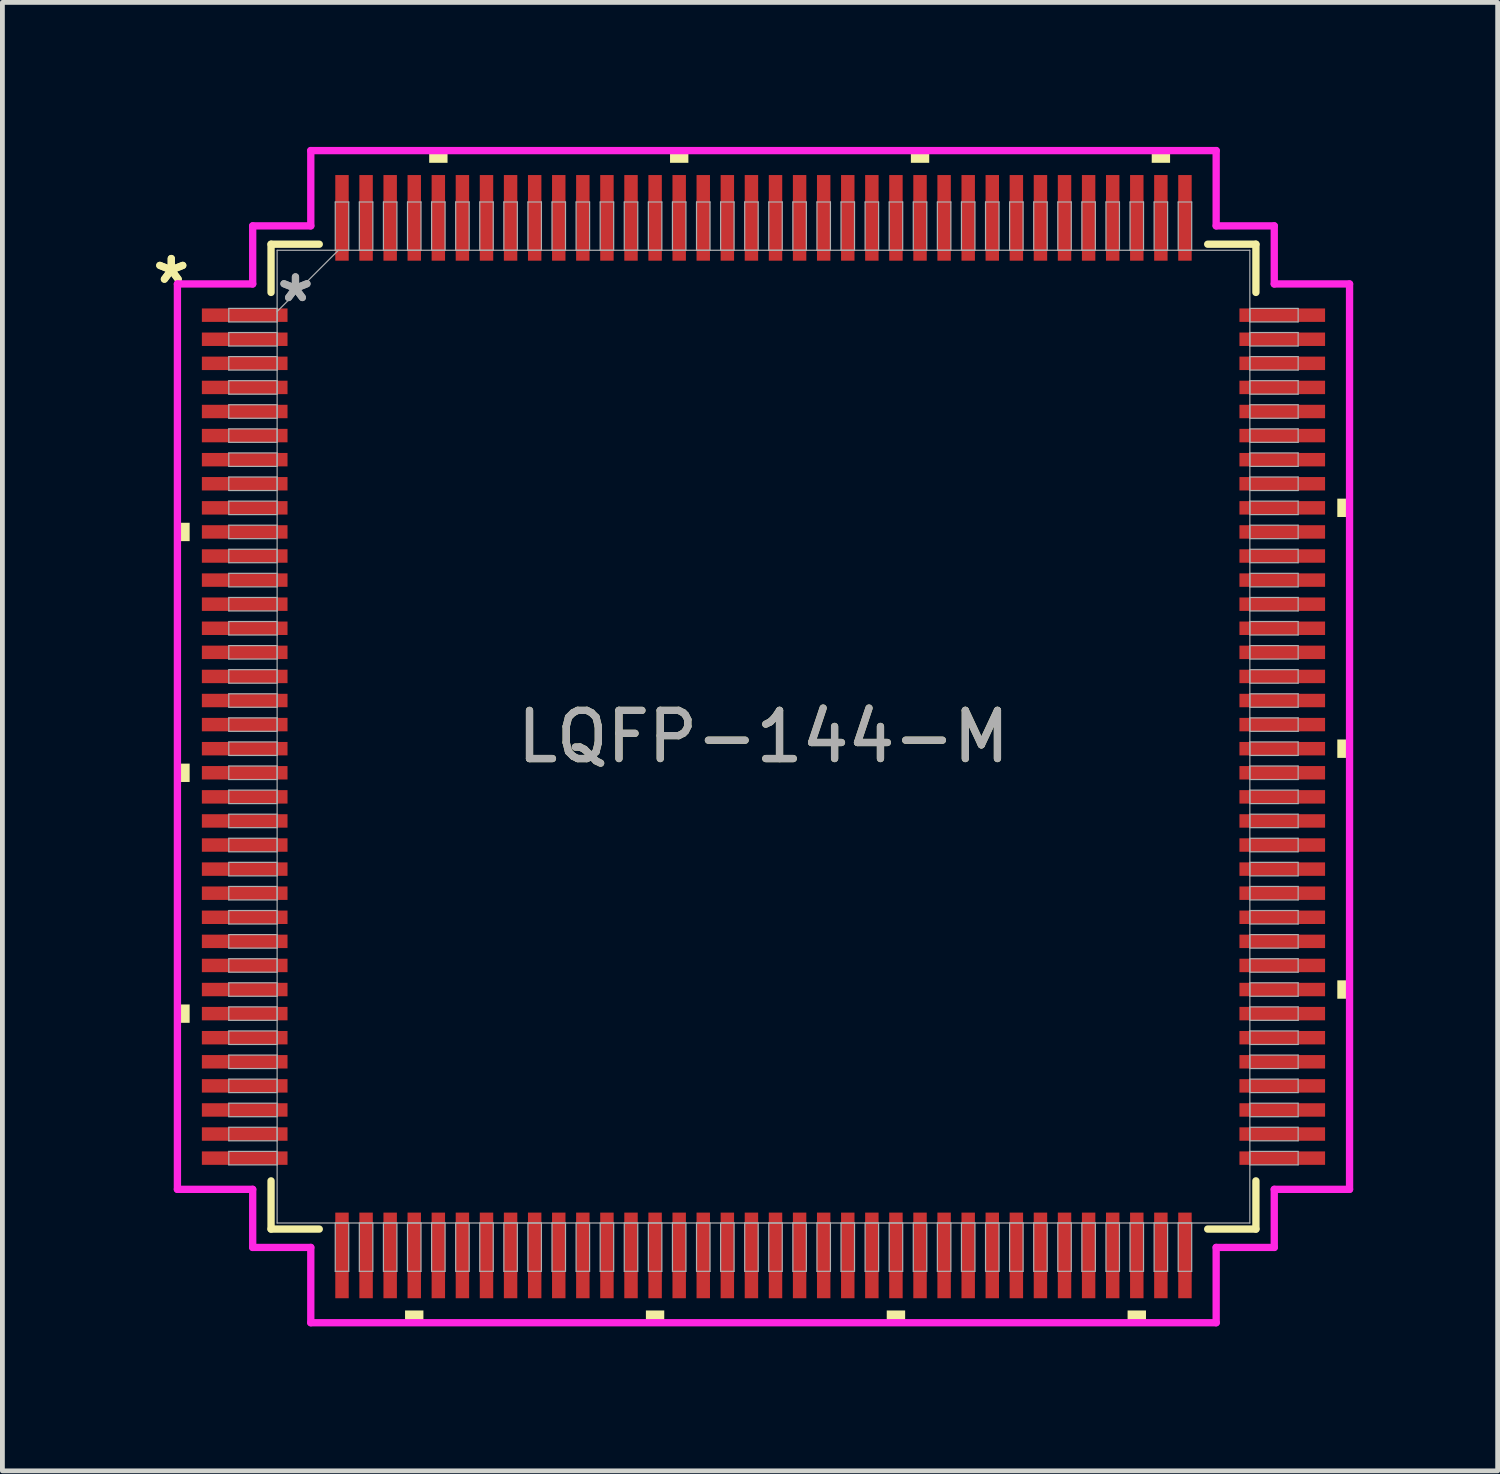
<source format=kicad_pcb>
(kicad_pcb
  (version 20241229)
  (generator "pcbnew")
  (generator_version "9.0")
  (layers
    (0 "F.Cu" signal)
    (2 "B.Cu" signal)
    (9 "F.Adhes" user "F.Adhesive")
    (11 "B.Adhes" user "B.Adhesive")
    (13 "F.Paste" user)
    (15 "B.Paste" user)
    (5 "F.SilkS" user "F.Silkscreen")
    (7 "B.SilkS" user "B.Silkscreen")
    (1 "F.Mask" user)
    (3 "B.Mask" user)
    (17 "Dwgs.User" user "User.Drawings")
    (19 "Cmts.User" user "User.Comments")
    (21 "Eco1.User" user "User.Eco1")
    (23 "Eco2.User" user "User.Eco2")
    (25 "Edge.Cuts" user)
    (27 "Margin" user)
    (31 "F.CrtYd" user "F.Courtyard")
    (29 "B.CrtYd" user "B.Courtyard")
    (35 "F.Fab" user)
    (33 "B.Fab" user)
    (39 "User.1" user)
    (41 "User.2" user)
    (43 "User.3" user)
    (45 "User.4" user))
  (footprint "LQFP-144-M"
    (layer "F.Cu")
    (at 12.8 12.243)
    (property "Reference" "LQFP-144-M" (at 0 0 0) (unlocked yes) (layer "F.SilkS") (effects (font (size 1 1) (thickness 0.15))))
    (attr smd)
    (fp_line (start -10.223 -10.223) (end -10.223 -9.222) (stroke (width 0.152) (type solid)) (layer "F.SilkS"))
    (fp_line (start -10.223 9.222) (end -10.223 10.223) (stroke (width 0.152) (type solid)) (layer "F.SilkS"))
    (fp_line (start -10.223 10.223) (end -9.222 10.223) (stroke (width 0.152) (type solid)) (layer "F.SilkS"))
    (fp_line (start -9.222 -10.223) (end -10.223 -10.223) (stroke (width 0.152) (type solid)) (layer "F.SilkS"))
    (fp_line (start 9.222 10.223) (end 10.223 10.223) (stroke (width 0.152) (type solid)) (layer "F.SilkS"))
    (fp_line (start 10.223 -10.223) (end 9.222 -10.223) (stroke (width 0.152) (type solid)) (layer "F.SilkS"))
    (fp_line (start 10.223 -9.222) (end 10.223 -10.223) (stroke (width 0.152) (type solid)) (layer "F.SilkS"))
    (fp_line (start 10.223 10.223) (end 10.223 9.222) (stroke (width 0.152) (type solid)) (layer "F.SilkS"))
    (fp_poly (pts (xy -12.167 -4.44) (xy -12.167 -4.059) (xy -11.913 -4.059) (xy -11.913 -4.44)) (stroke (width 0) (type solid)) (fill yes) (layer "F.SilkS"))
    (fp_poly (pts (xy -12.167 0.56) (xy -12.167 0.941) (xy -11.913 0.941) (xy -11.913 0.56)) (stroke (width 0) (type solid)) (fill yes) (layer "F.SilkS"))
    (fp_poly (pts (xy -12.167 5.56) (xy -12.167 5.941) (xy -11.913 5.941) (xy -11.913 5.56)) (stroke (width 0) (type solid)) (fill yes) (layer "F.SilkS"))
    (fp_poly (pts (xy -7.441 11.913) (xy -7.441 12.167) (xy -7.06 12.167) (xy -7.06 11.913)) (stroke (width 0) (type solid)) (fill yes) (layer "F.SilkS"))
    (fp_poly (pts (xy -6.94 -11.913) (xy -6.94 -12.167) (xy -6.559 -12.167) (xy -6.559 -11.913)) (stroke (width 0) (type solid)) (fill yes) (layer "F.SilkS"))
    (fp_poly (pts (xy -2.441 11.913) (xy -2.441 12.167) (xy -2.06 12.167) (xy -2.06 11.913)) (stroke (width 0) (type solid)) (fill yes) (layer "F.SilkS"))
    (fp_poly (pts (xy -1.94 -11.913) (xy -1.94 -12.167) (xy -1.559 -12.167) (xy -1.559 -11.913)) (stroke (width 0) (type solid)) (fill yes) (layer "F.SilkS"))
    (fp_poly (pts (xy 2.559 11.913) (xy 2.559 12.167) (xy 2.941 12.167) (xy 2.941 11.913)) (stroke (width 0) (type solid)) (fill yes) (layer "F.SilkS"))
    (fp_poly (pts (xy 3.06 -11.913) (xy 3.06 -12.167) (xy 3.441 -12.167) (xy 3.441 -11.913)) (stroke (width 0) (type solid)) (fill yes) (layer "F.SilkS"))
    (fp_poly (pts (xy 7.559 11.913) (xy 7.559 12.167) (xy 7.941 12.167) (xy 7.941 11.913)) (stroke (width 0) (type solid)) (fill yes) (layer "F.SilkS"))
    (fp_poly (pts (xy 8.06 -11.913) (xy 8.06 -12.167) (xy 8.441 -12.167) (xy 8.441 -11.913)) (stroke (width 0) (type solid)) (fill yes) (layer "F.SilkS"))
    (fp_poly (pts (xy 12.167 -4.941) (xy 12.167 -4.56) (xy 11.913 -4.56) (xy 11.913 -4.941)) (stroke (width 0) (type solid)) (fill yes) (layer "F.SilkS"))
    (fp_poly (pts (xy 12.167 0.059) (xy 12.167 0.441) (xy 11.913 0.441) (xy 11.913 0.059)) (stroke (width 0) (type solid)) (fill yes) (layer "F.SilkS"))
    (fp_poly (pts (xy 12.167 5.059) (xy 12.167 5.441) (xy 11.913 5.441) (xy 11.913 5.059)) (stroke (width 0) (type solid)) (fill yes) (layer "F.SilkS"))
    (fp_line (start -12.167 -9.398) (end -10.604 -9.398) (stroke (width 0.152) (type solid)) (layer "F.CrtYd"))
    (fp_line (start -12.167 9.398) (end -12.167 -9.398) (stroke (width 0.152) (type solid)) (layer "F.CrtYd"))
    (fp_line (start -10.604 -10.604) (end -9.398 -10.604) (stroke (width 0.152) (type solid)) (layer "F.CrtYd"))
    (fp_line (start -10.604 -9.398) (end -10.604 -10.604) (stroke (width 0.152) (type solid)) (layer "F.CrtYd"))
    (fp_line (start -10.604 9.398) (end -12.167 9.398) (stroke (width 0.152) (type solid)) (layer "F.CrtYd"))
    (fp_line (start -10.604 10.604) (end -10.604 9.398) (stroke (width 0.152) (type solid)) (layer "F.CrtYd"))
    (fp_line (start -10.604 10.604) (end -9.398 10.604) (stroke (width 0.152) (type solid)) (layer "F.CrtYd"))
    (fp_line (start -9.398 -12.167) (end 9.398 -12.167) (stroke (width 0.152) (type solid)) (layer "F.CrtYd"))
    (fp_line (start -9.398 -10.604) (end -9.398 -12.167) (stroke (width 0.152) (type solid)) (layer "F.CrtYd"))
    (fp_line (start -9.398 10.604) (end -9.398 12.167) (stroke (width 0.152) (type solid)) (layer "F.CrtYd"))
    (fp_line (start -9.398 12.167) (end 9.398 12.167) (stroke (width 0.152) (type solid)) (layer "F.CrtYd"))
    (fp_line (start 9.398 -12.167) (end 9.398 -10.604) (stroke (width 0.152) (type solid)) (layer "F.CrtYd"))
    (fp_line (start 9.398 -10.604) (end 10.604 -10.604) (stroke (width 0.152) (type solid)) (layer "F.CrtYd"))
    (fp_line (start 9.398 10.604) (end 10.604 10.604) (stroke (width 0.152) (type solid)) (layer "F.CrtYd"))
    (fp_line (start 9.398 12.167) (end 9.398 10.604) (stroke (width 0.152) (type solid)) (layer "F.CrtYd"))
    (fp_line (start 10.604 -9.398) (end 10.604 -10.604) (stroke (width 0.152) (type solid)) (layer "F.CrtYd"))
    (fp_line (start 10.604 9.398) (end 12.167 9.398) (stroke (width 0.152) (type solid)) (layer "F.CrtYd"))
    (fp_line (start 10.604 10.604) (end 10.604 9.398) (stroke (width 0.152) (type solid)) (layer "F.CrtYd"))
    (fp_line (start 12.167 -9.398) (end 10.604 -9.398) (stroke (width 0.152) (type solid)) (layer "F.CrtYd"))
    (fp_line (start 12.167 9.398) (end 12.167 -9.398) (stroke (width 0.152) (type solid)) (layer "F.CrtYd"))
    (fp_line (start -11.1 -8.89) (end -11.1 -8.61) (stroke (width 0.025) (type solid)) (layer "F.Fab"))
    (fp_line (start -11.1 -8.61) (end -10.097 -8.61) (stroke (width 0.025) (type solid)) (layer "F.Fab"))
    (fp_line (start -11.1 -8.39) (end -11.1 -8.11) (stroke (width 0.025) (type solid)) (layer "F.Fab"))
    (fp_line (start -11.1 -8.11) (end -10.097 -8.11) (stroke (width 0.025) (type solid)) (layer "F.Fab"))
    (fp_line (start -11.1 -7.89) (end -11.1 -7.61) (stroke (width 0.025) (type solid)) (layer "F.Fab"))
    (fp_line (start -11.1 -7.61) (end -10.097 -7.61) (stroke (width 0.025) (type solid)) (layer "F.Fab"))
    (fp_line (start -11.1 -7.39) (end -11.1 -7.11) (stroke (width 0.025) (type solid)) (layer "F.Fab"))
    (fp_line (start -11.1 -7.11) (end -10.097 -7.11) (stroke (width 0.025) (type solid)) (layer "F.Fab"))
    (fp_line (start -11.1 -6.89) (end -11.1 -6.61) (stroke (width 0.025) (type solid)) (layer "F.Fab"))
    (fp_line (start -11.1 -6.61) (end -10.097 -6.61) (stroke (width 0.025) (type solid)) (layer "F.Fab"))
    (fp_line (start -11.1 -6.39) (end -11.1 -6.11) (stroke (width 0.025) (type solid)) (layer "F.Fab"))
    (fp_line (start -11.1 -6.11) (end -10.097 -6.11) (stroke (width 0.025) (type solid)) (layer "F.Fab"))
    (fp_line (start -11.1 -5.89) (end -11.1 -5.61) (stroke (width 0.025) (type solid)) (layer "F.Fab"))
    (fp_line (start -11.1 -5.61) (end -10.097 -5.61) (stroke (width 0.025) (type solid)) (layer "F.Fab"))
    (fp_line (start -11.1 -5.39) (end -11.1 -5.11) (stroke (width 0.025) (type solid)) (layer "F.Fab"))
    (fp_line (start -11.1 -5.11) (end -10.097 -5.11) (stroke (width 0.025) (type solid)) (layer "F.Fab"))
    (fp_line (start -11.1 -4.89) (end -11.1 -4.61) (stroke (width 0.025) (type solid)) (layer "F.Fab"))
    (fp_line (start -11.1 -4.61) (end -10.097 -4.61) (stroke (width 0.025) (type solid)) (layer "F.Fab"))
    (fp_line (start -11.1 -4.39) (end -11.1 -4.11) (stroke (width 0.025) (type solid)) (layer "F.Fab"))
    (fp_line (start -11.1 -4.11) (end -10.097 -4.11) (stroke (width 0.025) (type solid)) (layer "F.Fab"))
    (fp_line (start -11.1 -3.89) (end -11.1 -3.61) (stroke (width 0.025) (type solid)) (layer "F.Fab"))
    (fp_line (start -11.1 -3.61) (end -10.097 -3.61) (stroke (width 0.025) (type solid)) (layer "F.Fab"))
    (fp_line (start -11.1 -3.39) (end -11.1 -3.11) (stroke (width 0.025) (type solid)) (layer "F.Fab"))
    (fp_line (start -11.1 -3.11) (end -10.097 -3.11) (stroke (width 0.025) (type solid)) (layer "F.Fab"))
    (fp_line (start -11.1 -2.89) (end -11.1 -2.61) (stroke (width 0.025) (type solid)) (layer "F.Fab"))
    (fp_line (start -11.1 -2.61) (end -10.097 -2.61) (stroke (width 0.025) (type solid)) (layer "F.Fab"))
    (fp_line (start -11.1 -2.39) (end -11.1 -2.11) (stroke (width 0.025) (type solid)) (layer "F.Fab"))
    (fp_line (start -11.1 -2.11) (end -10.097 -2.11) (stroke (width 0.025) (type solid)) (layer "F.Fab"))
    (fp_line (start -11.1 -1.89) (end -11.1 -1.61) (stroke (width 0.025) (type solid)) (layer "F.Fab"))
    (fp_line (start -11.1 -1.61) (end -10.097 -1.61) (stroke (width 0.025) (type solid)) (layer "F.Fab"))
    (fp_line (start -11.1 -1.39) (end -11.1 -1.11) (stroke (width 0.025) (type solid)) (layer "F.Fab"))
    (fp_line (start -11.1 -1.11) (end -10.097 -1.11) (stroke (width 0.025) (type solid)) (layer "F.Fab"))
    (fp_line (start -11.1 -0.89) (end -11.1 -0.61) (stroke (width 0.025) (type solid)) (layer "F.Fab"))
    (fp_line (start -11.1 -0.61) (end -10.097 -0.61) (stroke (width 0.025) (type solid)) (layer "F.Fab"))
    (fp_line (start -11.1 -0.39) (end -11.1 -0.11) (stroke (width 0.025) (type solid)) (layer "F.Fab"))
    (fp_line (start -11.1 -0.11) (end -10.097 -0.11) (stroke (width 0.025) (type solid)) (layer "F.Fab"))
    (fp_line (start -11.1 0.11) (end -11.1 0.39) (stroke (width 0.025) (type solid)) (layer "F.Fab"))
    (fp_line (start -11.1 0.39) (end -10.097 0.39) (stroke (width 0.025) (type solid)) (layer "F.Fab"))
    (fp_line (start -11.1 0.61) (end -11.1 0.89) (stroke (width 0.025) (type solid)) (layer "F.Fab"))
    (fp_line (start -11.1 0.89) (end -10.097 0.89) (stroke (width 0.025) (type solid)) (layer "F.Fab"))
    (fp_line (start -11.1 1.11) (end -11.1 1.39) (stroke (width 0.025) (type solid)) (layer "F.Fab"))
    (fp_line (start -11.1 1.39) (end -10.097 1.39) (stroke (width 0.025) (type solid)) (layer "F.Fab"))
    (fp_line (start -11.1 1.61) (end -11.1 1.89) (stroke (width 0.025) (type solid)) (layer "F.Fab"))
    (fp_line (start -11.1 1.89) (end -10.097 1.89) (stroke (width 0.025) (type solid)) (layer "F.Fab"))
    (fp_line (start -11.1 2.11) (end -11.1 2.39) (stroke (width 0.025) (type solid)) (layer "F.Fab"))
    (fp_line (start -11.1 2.39) (end -10.097 2.39) (stroke (width 0.025) (type solid)) (layer "F.Fab"))
    (fp_line (start -11.1 2.61) (end -11.1 2.89) (stroke (width 0.025) (type solid)) (layer "F.Fab"))
    (fp_line (start -11.1 2.89) (end -10.097 2.89) (stroke (width 0.025) (type solid)) (layer "F.Fab"))
    (fp_line (start -11.1 3.11) (end -11.1 3.39) (stroke (width 0.025) (type solid)) (layer "F.Fab"))
    (fp_line (start -11.1 3.39) (end -10.097 3.39) (stroke (width 0.025) (type solid)) (layer "F.Fab"))
    (fp_line (start -11.1 3.61) (end -11.1 3.89) (stroke (width 0.025) (type solid)) (layer "F.Fab"))
    (fp_line (start -11.1 3.89) (end -10.097 3.89) (stroke (width 0.025) (type solid)) (layer "F.Fab"))
    (fp_line (start -11.1 4.11) (end -11.1 4.39) (stroke (width 0.025) (type solid)) (layer "F.Fab"))
    (fp_line (start -11.1 4.39) (end -10.097 4.39) (stroke (width 0.025) (type solid)) (layer "F.Fab"))
    (fp_line (start -11.1 4.61) (end -11.1 4.89) (stroke (width 0.025) (type solid)) (layer "F.Fab"))
    (fp_line (start -11.1 4.89) (end -10.097 4.89) (stroke (width 0.025) (type solid)) (layer "F.Fab"))
    (fp_line (start -11.1 5.11) (end -11.1 5.39) (stroke (width 0.025) (type solid)) (layer "F.Fab"))
    (fp_line (start -11.1 5.39) (end -10.097 5.39) (stroke (width 0.025) (type solid)) (layer "F.Fab"))
    (fp_line (start -11.1 5.61) (end -11.1 5.89) (stroke (width 0.025) (type solid)) (layer "F.Fab"))
    (fp_line (start -11.1 5.89) (end -10.097 5.89) (stroke (width 0.025) (type solid)) (layer "F.Fab"))
    (fp_line (start -11.1 6.11) (end -11.1 6.39) (stroke (width 0.025) (type solid)) (layer "F.Fab"))
    (fp_line (start -11.1 6.39) (end -10.097 6.39) (stroke (width 0.025) (type solid)) (layer "F.Fab"))
    (fp_line (start -11.1 6.61) (end -11.1 6.89) (stroke (width 0.025) (type solid)) (layer "F.Fab"))
    (fp_line (start -11.1 6.89) (end -10.097 6.89) (stroke (width 0.025) (type solid)) (layer "F.Fab"))
    (fp_line (start -11.1 7.11) (end -11.1 7.39) (stroke (width 0.025) (type solid)) (layer "F.Fab"))
    (fp_line (start -11.1 7.39) (end -10.097 7.39) (stroke (width 0.025) (type solid)) (layer "F.Fab"))
    (fp_line (start -11.1 7.61) (end -11.1 7.89) (stroke (width 0.025) (type solid)) (layer "F.Fab"))
    (fp_line (start -11.1 7.89) (end -10.097 7.89) (stroke (width 0.025) (type solid)) (layer "F.Fab"))
    (fp_line (start -11.1 8.11) (end -11.1 8.39) (stroke (width 0.025) (type solid)) (layer "F.Fab"))
    (fp_line (start -11.1 8.39) (end -10.097 8.39) (stroke (width 0.025) (type solid)) (layer "F.Fab"))
    (fp_line (start -11.1 8.61) (end -11.1 8.89) (stroke (width 0.025) (type solid)) (layer "F.Fab"))
    (fp_line (start -11.1 8.89) (end -10.097 8.89) (stroke (width 0.025) (type solid)) (layer "F.Fab"))
    (fp_line (start -10.097 -10.097) (end -10.097 10.097) (stroke (width 0.025) (type solid)) (layer "F.Fab"))
    (fp_line (start -10.097 -8.89) (end -11.1 -8.89) (stroke (width 0.025) (type solid)) (layer "F.Fab"))
    (fp_line (start -10.097 -8.826) (end -8.826 -10.097) (stroke (width 0.025) (type solid)) (layer "F.Fab"))
    (fp_line (start -10.097 -8.61) (end -10.097 -8.89) (stroke (width 0.025) (type solid)) (layer "F.Fab"))
    (fp_line (start -10.097 -8.39) (end -11.1 -8.39) (stroke (width 0.025) (type solid)) (layer "F.Fab"))
    (fp_line (start -10.097 -8.11) (end -10.097 -8.39) (stroke (width 0.025) (type solid)) (layer "F.Fab"))
    (fp_line (start -10.097 -7.89) (end -11.1 -7.89) (stroke (width 0.025) (type solid)) (layer "F.Fab"))
    (fp_line (start -10.097 -7.61) (end -10.097 -7.89) (stroke (width 0.025) (type solid)) (layer "F.Fab"))
    (fp_line (start -10.097 -7.39) (end -11.1 -7.39) (stroke (width 0.025) (type solid)) (layer "F.Fab"))
    (fp_line (start -10.097 -7.11) (end -10.097 -7.39) (stroke (width 0.025) (type solid)) (layer "F.Fab"))
    (fp_line (start -10.097 -6.89) (end -11.1 -6.89) (stroke (width 0.025) (type solid)) (layer "F.Fab"))
    (fp_line (start -10.097 -6.61) (end -10.097 -6.89) (stroke (width 0.025) (type solid)) (layer "F.Fab"))
    (fp_line (start -10.097 -6.39) (end -11.1 -6.39) (stroke (width 0.025) (type solid)) (layer "F.Fab"))
    (fp_line (start -10.097 -6.11) (end -10.097 -6.39) (stroke (width 0.025) (type solid)) (layer "F.Fab"))
    (fp_line (start -10.097 -5.89) (end -11.1 -5.89) (stroke (width 0.025) (type solid)) (layer "F.Fab"))
    (fp_line (start -10.097 -5.61) (end -10.097 -5.89) (stroke (width 0.025) (type solid)) (layer "F.Fab"))
    (fp_line (start -10.097 -5.39) (end -11.1 -5.39) (stroke (width 0.025) (type solid)) (layer "F.Fab"))
    (fp_line (start -10.097 -5.11) (end -10.097 -5.39) (stroke (width 0.025) (type solid)) (layer "F.Fab"))
    (fp_line (start -10.097 -4.89) (end -11.1 -4.89) (stroke (width 0.025) (type solid)) (layer "F.Fab"))
    (fp_line (start -10.097 -4.61) (end -10.097 -4.89) (stroke (width 0.025) (type solid)) (layer "F.Fab"))
    (fp_line (start -10.097 -4.39) (end -11.1 -4.39) (stroke (width 0.025) (type solid)) (layer "F.Fab"))
    (fp_line (start -10.097 -4.11) (end -10.097 -4.39) (stroke (width 0.025) (type solid)) (layer "F.Fab"))
    (fp_line (start -10.097 -3.89) (end -11.1 -3.89) (stroke (width 0.025) (type solid)) (layer "F.Fab"))
    (fp_line (start -10.097 -3.61) (end -10.097 -3.89) (stroke (width 0.025) (type solid)) (layer "F.Fab"))
    (fp_line (start -10.097 -3.39) (end -11.1 -3.39) (stroke (width 0.025) (type solid)) (layer "F.Fab"))
    (fp_line (start -10.097 -3.11) (end -10.097 -3.39) (stroke (width 0.025) (type solid)) (layer "F.Fab"))
    (fp_line (start -10.097 -2.89) (end -11.1 -2.89) (stroke (width 0.025) (type solid)) (layer "F.Fab"))
    (fp_line (start -10.097 -2.61) (end -10.097 -2.89) (stroke (width 0.025) (type solid)) (layer "F.Fab"))
    (fp_line (start -10.097 -2.39) (end -11.1 -2.39) (stroke (width 0.025) (type solid)) (layer "F.Fab"))
    (fp_line (start -10.097 -2.11) (end -10.097 -2.39) (stroke (width 0.025) (type solid)) (layer "F.Fab"))
    (fp_line (start -10.097 -1.89) (end -11.1 -1.89) (stroke (width 0.025) (type solid)) (layer "F.Fab"))
    (fp_line (start -10.097 -1.61) (end -10.097 -1.89) (stroke (width 0.025) (type solid)) (layer "F.Fab"))
    (fp_line (start -10.097 -1.39) (end -11.1 -1.39) (stroke (width 0.025) (type solid)) (layer "F.Fab"))
    (fp_line (start -10.097 -1.11) (end -10.097 -1.39) (stroke (width 0.025) (type solid)) (layer "F.Fab"))
    (fp_line (start -10.097 -0.89) (end -11.1 -0.89) (stroke (width 0.025) (type solid)) (layer "F.Fab"))
    (fp_line (start -10.097 -0.61) (end -10.097 -0.89) (stroke (width 0.025) (type solid)) (layer "F.Fab"))
    (fp_line (start -10.097 -0.39) (end -11.1 -0.39) (stroke (width 0.025) (type solid)) (layer "F.Fab"))
    (fp_line (start -10.097 -0.11) (end -10.097 -0.39) (stroke (width 0.025) (type solid)) (layer "F.Fab"))
    (fp_line (start -10.097 0.11) (end -11.1 0.11) (stroke (width 0.025) (type solid)) (layer "F.Fab"))
    (fp_line (start -10.097 0.39) (end -10.097 0.11) (stroke (width 0.025) (type solid)) (layer "F.Fab"))
    (fp_line (start -10.097 0.61) (end -11.1 0.61) (stroke (width 0.025) (type solid)) (layer "F.Fab"))
    (fp_line (start -10.097 0.89) (end -10.097 0.61) (stroke (width 0.025) (type solid)) (layer "F.Fab"))
    (fp_line (start -10.097 1.11) (end -11.1 1.11) (stroke (width 0.025) (type solid)) (layer "F.Fab"))
    (fp_line (start -10.097 1.39) (end -10.097 1.11) (stroke (width 0.025) (type solid)) (layer "F.Fab"))
    (fp_line (start -10.097 1.61) (end -11.1 1.61) (stroke (width 0.025) (type solid)) (layer "F.Fab"))
    (fp_line (start -10.097 1.89) (end -10.097 1.61) (stroke (width 0.025) (type solid)) (layer "F.Fab"))
    (fp_line (start -10.097 2.11) (end -11.1 2.11) (stroke (width 0.025) (type solid)) (layer "F.Fab"))
    (fp_line (start -10.097 2.39) (end -10.097 2.11) (stroke (width 0.025) (type solid)) (layer "F.Fab"))
    (fp_line (start -10.097 2.61) (end -11.1 2.61) (stroke (width 0.025) (type solid)) (layer "F.Fab"))
    (fp_line (start -10.097 2.89) (end -10.097 2.61) (stroke (width 0.025) (type solid)) (layer "F.Fab"))
    (fp_line (start -10.097 3.11) (end -11.1 3.11) (stroke (width 0.025) (type solid)) (layer "F.Fab"))
    (fp_line (start -10.097 3.39) (end -10.097 3.11) (stroke (width 0.025) (type solid)) (layer "F.Fab"))
    (fp_line (start -10.097 3.61) (end -11.1 3.61) (stroke (width 0.025) (type solid)) (layer "F.Fab"))
    (fp_line (start -10.097 3.89) (end -10.097 3.61) (stroke (width 0.025) (type solid)) (layer "F.Fab"))
    (fp_line (start -10.097 4.11) (end -11.1 4.11) (stroke (width 0.025) (type solid)) (layer "F.Fab"))
    (fp_line (start -10.097 4.39) (end -10.097 4.11) (stroke (width 0.025) (type solid)) (layer "F.Fab"))
    (fp_line (start -10.097 4.61) (end -11.1 4.61) (stroke (width 0.025) (type solid)) (layer "F.Fab"))
    (fp_line (start -10.097 4.89) (end -10.097 4.61) (stroke (width 0.025) (type solid)) (layer "F.Fab"))
    (fp_line (start -10.097 5.11) (end -11.1 5.11) (stroke (width 0.025) (type solid)) (layer "F.Fab"))
    (fp_line (start -10.097 5.39) (end -10.097 5.11) (stroke (width 0.025) (type solid)) (layer "F.Fab"))
    (fp_line (start -10.097 5.61) (end -11.1 5.61) (stroke (width 0.025) (type solid)) (layer "F.Fab"))
    (fp_line (start -10.097 5.89) (end -10.097 5.61) (stroke (width 0.025) (type solid)) (layer "F.Fab"))
    (fp_line (start -10.097 6.11) (end -11.1 6.11) (stroke (width 0.025) (type solid)) (layer "F.Fab"))
    (fp_line (start -10.097 6.39) (end -10.097 6.11) (stroke (width 0.025) (type solid)) (layer "F.Fab"))
    (fp_line (start -10.097 6.61) (end -11.1 6.61) (stroke (width 0.025) (type solid)) (layer "F.Fab"))
    (fp_line (start -10.097 6.89) (end -10.097 6.61) (stroke (width 0.025) (type solid)) (layer "F.Fab"))
    (fp_line (start -10.097 7.11) (end -11.1 7.11) (stroke (width 0.025) (type solid)) (layer "F.Fab"))
    (fp_line (start -10.097 7.39) (end -10.097 7.11) (stroke (width 0.025) (type solid)) (layer "F.Fab"))
    (fp_line (start -10.097 7.61) (end -11.1 7.61) (stroke (width 0.025) (type solid)) (layer "F.Fab"))
    (fp_line (start -10.097 7.89) (end -10.097 7.61) (stroke (width 0.025) (type solid)) (layer "F.Fab"))
    (fp_line (start -10.097 8.11) (end -11.1 8.11) (stroke (width 0.025) (type solid)) (layer "F.Fab"))
    (fp_line (start -10.097 8.39) (end -10.097 8.11) (stroke (width 0.025) (type solid)) (layer "F.Fab"))
    (fp_line (start -10.097 8.61) (end -11.1 8.61) (stroke (width 0.025) (type solid)) (layer "F.Fab"))
    (fp_line (start -10.097 8.89) (end -10.097 8.61) (stroke (width 0.025) (type solid)) (layer "F.Fab"))
    (fp_line (start -10.097 10.097) (end 10.097 10.097) (stroke (width 0.025) (type solid)) (layer "F.Fab"))
    (fp_line (start -8.89 -11.1) (end -8.89 -10.097) (stroke (width 0.025) (type solid)) (layer "F.Fab"))
    (fp_line (start -8.89 -10.097) (end -8.61 -10.097) (stroke (width 0.025) (type solid)) (layer "F.Fab"))
    (fp_line (start -8.89 10.097) (end -8.89 11.1) (stroke (width 0.025) (type solid)) (layer "F.Fab"))
    (fp_line (start -8.89 11.1) (end -8.61 11.1) (stroke (width 0.025) (type solid)) (layer "F.Fab"))
    (fp_line (start -8.61 -11.1) (end -8.89 -11.1) (stroke (width 0.025) (type solid)) (layer "F.Fab"))
    (fp_line (start -8.61 -10.097) (end -8.61 -11.1) (stroke (width 0.025) (type solid)) (layer "F.Fab"))
    (fp_line (start -8.61 10.097) (end -8.89 10.097) (stroke (width 0.025) (type solid)) (layer "F.Fab"))
    (fp_line (start -8.61 11.1) (end -8.61 10.097) (stroke (width 0.025) (type solid)) (layer "F.Fab"))
    (fp_line (start -8.39 -11.1) (end -8.39 -10.097) (stroke (width 0.025) (type solid)) (layer "F.Fab"))
    (fp_line (start -8.39 -10.097) (end -8.11 -10.097) (stroke (width 0.025) (type solid)) (layer "F.Fab"))
    (fp_line (start -8.39 10.097) (end -8.39 11.1) (stroke (width 0.025) (type solid)) (layer "F.Fab"))
    (fp_line (start -8.39 11.1) (end -8.11 11.1) (stroke (width 0.025) (type solid)) (layer "F.Fab"))
    (fp_line (start -8.11 -11.1) (end -8.39 -11.1) (stroke (width 0.025) (type solid)) (layer "F.Fab"))
    (fp_line (start -8.11 -10.097) (end -8.11 -11.1) (stroke (width 0.025) (type solid)) (layer "F.Fab"))
    (fp_line (start -8.11 10.097) (end -8.39 10.097) (stroke (width 0.025) (type solid)) (layer "F.Fab"))
    (fp_line (start -8.11 11.1) (end -8.11 10.097) (stroke (width 0.025) (type solid)) (layer "F.Fab"))
    (fp_line (start -7.89 -11.1) (end -7.89 -10.097) (stroke (width 0.025) (type solid)) (layer "F.Fab"))
    (fp_line (start -7.89 -10.097) (end -7.61 -10.097) (stroke (width 0.025) (type solid)) (layer "F.Fab"))
    (fp_line (start -7.89 10.097) (end -7.89 11.1) (stroke (width 0.025) (type solid)) (layer "F.Fab"))
    (fp_line (start -7.89 11.1) (end -7.61 11.1) (stroke (width 0.025) (type solid)) (layer "F.Fab"))
    (fp_line (start -7.61 -11.1) (end -7.89 -11.1) (stroke (width 0.025) (type solid)) (layer "F.Fab"))
    (fp_line (start -7.61 -10.097) (end -7.61 -11.1) (stroke (width 0.025) (type solid)) (layer "F.Fab"))
    (fp_line (start -7.61 10.097) (end -7.89 10.097) (stroke (width 0.025) (type solid)) (layer "F.Fab"))
    (fp_line (start -7.61 11.1) (end -7.61 10.097) (stroke (width 0.025) (type solid)) (layer "F.Fab"))
    (fp_line (start -7.39 -11.1) (end -7.39 -10.097) (stroke (width 0.025) (type solid)) (layer "F.Fab"))
    (fp_line (start -7.39 -10.097) (end -7.11 -10.097) (stroke (width 0.025) (type solid)) (layer "F.Fab"))
    (fp_line (start -7.39 10.097) (end -7.39 11.1) (stroke (width 0.025) (type solid)) (layer "F.Fab"))
    (fp_line (start -7.39 11.1) (end -7.11 11.1) (stroke (width 0.025) (type solid)) (layer "F.Fab"))
    (fp_line (start -7.11 -11.1) (end -7.39 -11.1) (stroke (width 0.025) (type solid)) (layer "F.Fab"))
    (fp_line (start -7.11 -10.097) (end -7.11 -11.1) (stroke (width 0.025) (type solid)) (layer "F.Fab"))
    (fp_line (start -7.11 10.097) (end -7.39 10.097) (stroke (width 0.025) (type solid)) (layer "F.Fab"))
    (fp_line (start -7.11 11.1) (end -7.11 10.097) (stroke (width 0.025) (type solid)) (layer "F.Fab"))
    (fp_line (start -6.89 -11.1) (end -6.89 -10.097) (stroke (width 0.025) (type solid)) (layer "F.Fab"))
    (fp_line (start -6.89 -10.097) (end -6.61 -10.097) (stroke (width 0.025) (type solid)) (layer "F.Fab"))
    (fp_line (start -6.89 10.097) (end -6.89 11.1) (stroke (width 0.025) (type solid)) (layer "F.Fab"))
    (fp_line (start -6.89 11.1) (end -6.61 11.1) (stroke (width 0.025) (type solid)) (layer "F.Fab"))
    (fp_line (start -6.61 -11.1) (end -6.89 -11.1) (stroke (width 0.025) (type solid)) (layer "F.Fab"))
    (fp_line (start -6.61 -10.097) (end -6.61 -11.1) (stroke (width 0.025) (type solid)) (layer "F.Fab"))
    (fp_line (start -6.61 10.097) (end -6.89 10.097) (stroke (width 0.025) (type solid)) (layer "F.Fab"))
    (fp_line (start -6.61 11.1) (end -6.61 10.097) (stroke (width 0.025) (type solid)) (layer "F.Fab"))
    (fp_line (start -6.39 -11.1) (end -6.39 -10.097) (stroke (width 0.025) (type solid)) (layer "F.Fab"))
    (fp_line (start -6.39 -10.097) (end -6.11 -10.097) (stroke (width 0.025) (type solid)) (layer "F.Fab"))
    (fp_line (start -6.39 10.097) (end -6.39 11.1) (stroke (width 0.025) (type solid)) (layer "F.Fab"))
    (fp_line (start -6.39 11.1) (end -6.11 11.1) (stroke (width 0.025) (type solid)) (layer "F.Fab"))
    (fp_line (start -6.11 -11.1) (end -6.39 -11.1) (stroke (width 0.025) (type solid)) (layer "F.Fab"))
    (fp_line (start -6.11 -10.097) (end -6.11 -11.1) (stroke (width 0.025) (type solid)) (layer "F.Fab"))
    (fp_line (start -6.11 10.097) (end -6.39 10.097) (stroke (width 0.025) (type solid)) (layer "F.Fab"))
    (fp_line (start -6.11 11.1) (end -6.11 10.097) (stroke (width 0.025) (type solid)) (layer "F.Fab"))
    (fp_line (start -5.89 -11.1) (end -5.89 -10.097) (stroke (width 0.025) (type solid)) (layer "F.Fab"))
    (fp_line (start -5.89 -10.097) (end -5.61 -10.097) (stroke (width 0.025) (type solid)) (layer "F.Fab"))
    (fp_line (start -5.89 10.097) (end -5.89 11.1) (stroke (width 0.025) (type solid)) (layer "F.Fab"))
    (fp_line (start -5.89 11.1) (end -5.61 11.1) (stroke (width 0.025) (type solid)) (layer "F.Fab"))
    (fp_line (start -5.61 -11.1) (end -5.89 -11.1) (stroke (width 0.025) (type solid)) (layer "F.Fab"))
    (fp_line (start -5.61 -10.097) (end -5.61 -11.1) (stroke (width 0.025) (type solid)) (layer "F.Fab"))
    (fp_line (start -5.61 10.097) (end -5.89 10.097) (stroke (width 0.025) (type solid)) (layer "F.Fab"))
    (fp_line (start -5.61 11.1) (end -5.61 10.097) (stroke (width 0.025) (type solid)) (layer "F.Fab"))
    (fp_line (start -5.39 -11.1) (end -5.39 -10.097) (stroke (width 0.025) (type solid)) (layer "F.Fab"))
    (fp_line (start -5.39 -10.097) (end -5.11 -10.097) (stroke (width 0.025) (type solid)) (layer "F.Fab"))
    (fp_line (start -5.39 10.097) (end -5.39 11.1) (stroke (width 0.025) (type solid)) (layer "F.Fab"))
    (fp_line (start -5.39 11.1) (end -5.11 11.1) (stroke (width 0.025) (type solid)) (layer "F.Fab"))
    (fp_line (start -5.11 -11.1) (end -5.39 -11.1) (stroke (width 0.025) (type solid)) (layer "F.Fab"))
    (fp_line (start -5.11 -10.097) (end -5.11 -11.1) (stroke (width 0.025) (type solid)) (layer "F.Fab"))
    (fp_line (start -5.11 10.097) (end -5.39 10.097) (stroke (width 0.025) (type solid)) (layer "F.Fab"))
    (fp_line (start -5.11 11.1) (end -5.11 10.097) (stroke (width 0.025) (type solid)) (layer "F.Fab"))
    (fp_line (start -4.89 -11.1) (end -4.89 -10.097) (stroke (width 0.025) (type solid)) (layer "F.Fab"))
    (fp_line (start -4.89 -10.097) (end -4.61 -10.097) (stroke (width 0.025) (type solid)) (layer "F.Fab"))
    (fp_line (start -4.89 10.097) (end -4.89 11.1) (stroke (width 0.025) (type solid)) (layer "F.Fab"))
    (fp_line (start -4.89 11.1) (end -4.61 11.1) (stroke (width 0.025) (type solid)) (layer "F.Fab"))
    (fp_line (start -4.61 -11.1) (end -4.89 -11.1) (stroke (width 0.025) (type solid)) (layer "F.Fab"))
    (fp_line (start -4.61 -10.097) (end -4.61 -11.1) (stroke (width 0.025) (type solid)) (layer "F.Fab"))
    (fp_line (start -4.61 10.097) (end -4.89 10.097) (stroke (width 0.025) (type solid)) (layer "F.Fab"))
    (fp_line (start -4.61 11.1) (end -4.61 10.097) (stroke (width 0.025) (type solid)) (layer "F.Fab"))
    (fp_line (start -4.39 -11.1) (end -4.39 -10.097) (stroke (width 0.025) (type solid)) (layer "F.Fab"))
    (fp_line (start -4.39 -10.097) (end -4.11 -10.097) (stroke (width 0.025) (type solid)) (layer "F.Fab"))
    (fp_line (start -4.39 10.097) (end -4.39 11.1) (stroke (width 0.025) (type solid)) (layer "F.Fab"))
    (fp_line (start -4.39 11.1) (end -4.11 11.1) (stroke (width 0.025) (type solid)) (layer "F.Fab"))
    (fp_line (start -4.11 -11.1) (end -4.39 -11.1) (stroke (width 0.025) (type solid)) (layer "F.Fab"))
    (fp_line (start -4.11 -10.097) (end -4.11 -11.1) (stroke (width 0.025) (type solid)) (layer "F.Fab"))
    (fp_line (start -4.11 10.097) (end -4.39 10.097) (stroke (width 0.025) (type solid)) (layer "F.Fab"))
    (fp_line (start -4.11 11.1) (end -4.11 10.097) (stroke (width 0.025) (type solid)) (layer "F.Fab"))
    (fp_line (start -3.89 -11.1) (end -3.89 -10.097) (stroke (width 0.025) (type solid)) (layer "F.Fab"))
    (fp_line (start -3.89 -10.097) (end -3.61 -10.097) (stroke (width 0.025) (type solid)) (layer "F.Fab"))
    (fp_line (start -3.89 10.097) (end -3.89 11.1) (stroke (width 0.025) (type solid)) (layer "F.Fab"))
    (fp_line (start -3.89 11.1) (end -3.61 11.1) (stroke (width 0.025) (type solid)) (layer "F.Fab"))
    (fp_line (start -3.61 -11.1) (end -3.89 -11.1) (stroke (width 0.025) (type solid)) (layer "F.Fab"))
    (fp_line (start -3.61 -10.097) (end -3.61 -11.1) (stroke (width 0.025) (type solid)) (layer "F.Fab"))
    (fp_line (start -3.61 10.097) (end -3.89 10.097) (stroke (width 0.025) (type solid)) (layer "F.Fab"))
    (fp_line (start -3.61 11.1) (end -3.61 10.097) (stroke (width 0.025) (type solid)) (layer "F.Fab"))
    (fp_line (start -3.39 -11.1) (end -3.39 -10.097) (stroke (width 0.025) (type solid)) (layer "F.Fab"))
    (fp_line (start -3.39 -10.097) (end -3.11 -10.097) (stroke (width 0.025) (type solid)) (layer "F.Fab"))
    (fp_line (start -3.39 10.097) (end -3.39 11.1) (stroke (width 0.025) (type solid)) (layer "F.Fab"))
    (fp_line (start -3.39 11.1) (end -3.11 11.1) (stroke (width 0.025) (type solid)) (layer "F.Fab"))
    (fp_line (start -3.11 -11.1) (end -3.39 -11.1) (stroke (width 0.025) (type solid)) (layer "F.Fab"))
    (fp_line (start -3.11 -10.097) (end -3.11 -11.1) (stroke (width 0.025) (type solid)) (layer "F.Fab"))
    (fp_line (start -3.11 10.097) (end -3.39 10.097) (stroke (width 0.025) (type solid)) (layer "F.Fab"))
    (fp_line (start -3.11 11.1) (end -3.11 10.097) (stroke (width 0.025) (type solid)) (layer "F.Fab"))
    (fp_line (start -2.89 -11.1) (end -2.89 -10.097) (stroke (width 0.025) (type solid)) (layer "F.Fab"))
    (fp_line (start -2.89 -10.097) (end -2.61 -10.097) (stroke (width 0.025) (type solid)) (layer "F.Fab"))
    (fp_line (start -2.89 10.097) (end -2.89 11.1) (stroke (width 0.025) (type solid)) (layer "F.Fab"))
    (fp_line (start -2.89 11.1) (end -2.61 11.1) (stroke (width 0.025) (type solid)) (layer "F.Fab"))
    (fp_line (start -2.61 -11.1) (end -2.89 -11.1) (stroke (width 0.025) (type solid)) (layer "F.Fab"))
    (fp_line (start -2.61 -10.097) (end -2.61 -11.1) (stroke (width 0.025) (type solid)) (layer "F.Fab"))
    (fp_line (start -2.61 10.097) (end -2.89 10.097) (stroke (width 0.025) (type solid)) (layer "F.Fab"))
    (fp_line (start -2.61 11.1) (end -2.61 10.097) (stroke (width 0.025) (type solid)) (layer "F.Fab"))
    (fp_line (start -2.39 -11.1) (end -2.39 -10.097) (stroke (width 0.025) (type solid)) (layer "F.Fab"))
    (fp_line (start -2.39 -10.097) (end -2.11 -10.097) (stroke (width 0.025) (type solid)) (layer "F.Fab"))
    (fp_line (start -2.39 10.097) (end -2.39 11.1) (stroke (width 0.025) (type solid)) (layer "F.Fab"))
    (fp_line (start -2.39 11.1) (end -2.11 11.1) (stroke (width 0.025) (type solid)) (layer "F.Fab"))
    (fp_line (start -2.11 -11.1) (end -2.39 -11.1) (stroke (width 0.025) (type solid)) (layer "F.Fab"))
    (fp_line (start -2.11 -10.097) (end -2.11 -11.1) (stroke (width 0.025) (type solid)) (layer "F.Fab"))
    (fp_line (start -2.11 10.097) (end -2.39 10.097) (stroke (width 0.025) (type solid)) (layer "F.Fab"))
    (fp_line (start -2.11 11.1) (end -2.11 10.097) (stroke (width 0.025) (type solid)) (layer "F.Fab"))
    (fp_line (start -1.89 -11.1) (end -1.89 -10.097) (stroke (width 0.025) (type solid)) (layer "F.Fab"))
    (fp_line (start -1.89 -10.097) (end -1.61 -10.097) (stroke (width 0.025) (type solid)) (layer "F.Fab"))
    (fp_line (start -1.89 10.097) (end -1.89 11.1) (stroke (width 0.025) (type solid)) (layer "F.Fab"))
    (fp_line (start -1.89 11.1) (end -1.61 11.1) (stroke (width 0.025) (type solid)) (layer "F.Fab"))
    (fp_line (start -1.61 -11.1) (end -1.89 -11.1) (stroke (width 0.025) (type solid)) (layer "F.Fab"))
    (fp_line (start -1.61 -10.097) (end -1.61 -11.1) (stroke (width 0.025) (type solid)) (layer "F.Fab"))
    (fp_line (start -1.61 10.097) (end -1.89 10.097) (stroke (width 0.025) (type solid)) (layer "F.Fab"))
    (fp_line (start -1.61 11.1) (end -1.61 10.097) (stroke (width 0.025) (type solid)) (layer "F.Fab"))
    (fp_line (start -1.39 -11.1) (end -1.39 -10.097) (stroke (width 0.025) (type solid)) (layer "F.Fab"))
    (fp_line (start -1.39 -10.097) (end -1.11 -10.097) (stroke (width 0.025) (type solid)) (layer "F.Fab"))
    (fp_line (start -1.39 10.097) (end -1.39 11.1) (stroke (width 0.025) (type solid)) (layer "F.Fab"))
    (fp_line (start -1.39 11.1) (end -1.11 11.1) (stroke (width 0.025) (type solid)) (layer "F.Fab"))
    (fp_line (start -1.11 -11.1) (end -1.39 -11.1) (stroke (width 0.025) (type solid)) (layer "F.Fab"))
    (fp_line (start -1.11 -10.097) (end -1.11 -11.1) (stroke (width 0.025) (type solid)) (layer "F.Fab"))
    (fp_line (start -1.11 10.097) (end -1.39 10.097) (stroke (width 0.025) (type solid)) (layer "F.Fab"))
    (fp_line (start -1.11 11.1) (end -1.11 10.097) (stroke (width 0.025) (type solid)) (layer "F.Fab"))
    (fp_line (start -0.89 -11.1) (end -0.89 -10.097) (stroke (width 0.025) (type solid)) (layer "F.Fab"))
    (fp_line (start -0.89 -10.097) (end -0.61 -10.097) (stroke (width 0.025) (type solid)) (layer "F.Fab"))
    (fp_line (start -0.89 10.097) (end -0.89 11.1) (stroke (width 0.025) (type solid)) (layer "F.Fab"))
    (fp_line (start -0.89 11.1) (end -0.61 11.1) (stroke (width 0.025) (type solid)) (layer "F.Fab"))
    (fp_line (start -0.61 -11.1) (end -0.89 -11.1) (stroke (width 0.025) (type solid)) (layer "F.Fab"))
    (fp_line (start -0.61 -10.097) (end -0.61 -11.1) (stroke (width 0.025) (type solid)) (layer "F.Fab"))
    (fp_line (start -0.61 10.097) (end -0.89 10.097) (stroke (width 0.025) (type solid)) (layer "F.Fab"))
    (fp_line (start -0.61 11.1) (end -0.61 10.097) (stroke (width 0.025) (type solid)) (layer "F.Fab"))
    (fp_line (start -0.39 -11.1) (end -0.39 -10.097) (stroke (width 0.025) (type solid)) (layer "F.Fab"))
    (fp_line (start -0.39 -10.097) (end -0.11 -10.097) (stroke (width 0.025) (type solid)) (layer "F.Fab"))
    (fp_line (start -0.39 10.097) (end -0.39 11.1) (stroke (width 0.025) (type solid)) (layer "F.Fab"))
    (fp_line (start -0.39 11.1) (end -0.11 11.1) (stroke (width 0.025) (type solid)) (layer "F.Fab"))
    (fp_line (start -0.11 -11.1) (end -0.39 -11.1) (stroke (width 0.025) (type solid)) (layer "F.Fab"))
    (fp_line (start -0.11 -10.097) (end -0.11 -11.1) (stroke (width 0.025) (type solid)) (layer "F.Fab"))
    (fp_line (start -0.11 10.097) (end -0.39 10.097) (stroke (width 0.025) (type solid)) (layer "F.Fab"))
    (fp_line (start -0.11 11.1) (end -0.11 10.097) (stroke (width 0.025) (type solid)) (layer "F.Fab"))
    (fp_line (start 0.11 -11.1) (end 0.11 -10.097) (stroke (width 0.025) (type solid)) (layer "F.Fab"))
    (fp_line (start 0.11 -10.097) (end 0.39 -10.097) (stroke (width 0.025) (type solid)) (layer "F.Fab"))
    (fp_line (start 0.11 10.097) (end 0.11 11.1) (stroke (width 0.025) (type solid)) (layer "F.Fab"))
    (fp_line (start 0.11 11.1) (end 0.39 11.1) (stroke (width 0.025) (type solid)) (layer "F.Fab"))
    (fp_line (start 0.39 -11.1) (end 0.11 -11.1) (stroke (width 0.025) (type solid)) (layer "F.Fab"))
    (fp_line (start 0.39 -10.097) (end 0.39 -11.1) (stroke (width 0.025) (type solid)) (layer "F.Fab"))
    (fp_line (start 0.39 10.097) (end 0.11 10.097) (stroke (width 0.025) (type solid)) (layer "F.Fab"))
    (fp_line (start 0.39 11.1) (end 0.39 10.097) (stroke (width 0.025) (type solid)) (layer "F.Fab"))
    (fp_line (start 0.61 -11.1) (end 0.61 -10.097) (stroke (width 0.025) (type solid)) (layer "F.Fab"))
    (fp_line (start 0.61 -10.097) (end 0.89 -10.097) (stroke (width 0.025) (type solid)) (layer "F.Fab"))
    (fp_line (start 0.61 10.097) (end 0.61 11.1) (stroke (width 0.025) (type solid)) (layer "F.Fab"))
    (fp_line (start 0.61 11.1) (end 0.89 11.1) (stroke (width 0.025) (type solid)) (layer "F.Fab"))
    (fp_line (start 0.89 -11.1) (end 0.61 -11.1) (stroke (width 0.025) (type solid)) (layer "F.Fab"))
    (fp_line (start 0.89 -10.097) (end 0.89 -11.1) (stroke (width 0.025) (type solid)) (layer "F.Fab"))
    (fp_line (start 0.89 10.097) (end 0.61 10.097) (stroke (width 0.025) (type solid)) (layer "F.Fab"))
    (fp_line (start 0.89 11.1) (end 0.89 10.097) (stroke (width 0.025) (type solid)) (layer "F.Fab"))
    (fp_line (start 1.11 -11.1) (end 1.11 -10.097) (stroke (width 0.025) (type solid)) (layer "F.Fab"))
    (fp_line (start 1.11 -10.097) (end 1.39 -10.097) (stroke (width 0.025) (type solid)) (layer "F.Fab"))
    (fp_line (start 1.11 10.097) (end 1.11 11.1) (stroke (width 0.025) (type solid)) (layer "F.Fab"))
    (fp_line (start 1.11 11.1) (end 1.39 11.1) (stroke (width 0.025) (type solid)) (layer "F.Fab"))
    (fp_line (start 1.39 -11.1) (end 1.11 -11.1) (stroke (width 0.025) (type solid)) (layer "F.Fab"))
    (fp_line (start 1.39 -10.097) (end 1.39 -11.1) (stroke (width 0.025) (type solid)) (layer "F.Fab"))
    (fp_line (start 1.39 10.097) (end 1.11 10.097) (stroke (width 0.025) (type solid)) (layer "F.Fab"))
    (fp_line (start 1.39 11.1) (end 1.39 10.097) (stroke (width 0.025) (type solid)) (layer "F.Fab"))
    (fp_line (start 1.61 -11.1) (end 1.61 -10.097) (stroke (width 0.025) (type solid)) (layer "F.Fab"))
    (fp_line (start 1.61 -10.097) (end 1.89 -10.097) (stroke (width 0.025) (type solid)) (layer "F.Fab"))
    (fp_line (start 1.61 10.097) (end 1.61 11.1) (stroke (width 0.025) (type solid)) (layer "F.Fab"))
    (fp_line (start 1.61 11.1) (end 1.89 11.1) (stroke (width 0.025) (type solid)) (layer "F.Fab"))
    (fp_line (start 1.89 -11.1) (end 1.61 -11.1) (stroke (width 0.025) (type solid)) (layer "F.Fab"))
    (fp_line (start 1.89 -10.097) (end 1.89 -11.1) (stroke (width 0.025) (type solid)) (layer "F.Fab"))
    (fp_line (start 1.89 10.097) (end 1.61 10.097) (stroke (width 0.025) (type solid)) (layer "F.Fab"))
    (fp_line (start 1.89 11.1) (end 1.89 10.097) (stroke (width 0.025) (type solid)) (layer "F.Fab"))
    (fp_line (start 2.11 -11.1) (end 2.11 -10.097) (stroke (width 0.025) (type solid)) (layer "F.Fab"))
    (fp_line (start 2.11 -10.097) (end 2.39 -10.097) (stroke (width 0.025) (type solid)) (layer "F.Fab"))
    (fp_line (start 2.11 10.097) (end 2.11 11.1) (stroke (width 0.025) (type solid)) (layer "F.Fab"))
    (fp_line (start 2.11 11.1) (end 2.39 11.1) (stroke (width 0.025) (type solid)) (layer "F.Fab"))
    (fp_line (start 2.39 -11.1) (end 2.11 -11.1) (stroke (width 0.025) (type solid)) (layer "F.Fab"))
    (fp_line (start 2.39 -10.097) (end 2.39 -11.1) (stroke (width 0.025) (type solid)) (layer "F.Fab"))
    (fp_line (start 2.39 10.097) (end 2.11 10.097) (stroke (width 0.025) (type solid)) (layer "F.Fab"))
    (fp_line (start 2.39 11.1) (end 2.39 10.097) (stroke (width 0.025) (type solid)) (layer "F.Fab"))
    (fp_line (start 2.61 -11.1) (end 2.61 -10.097) (stroke (width 0.025) (type solid)) (layer "F.Fab"))
    (fp_line (start 2.61 -10.097) (end 2.89 -10.097) (stroke (width 0.025) (type solid)) (layer "F.Fab"))
    (fp_line (start 2.61 10.097) (end 2.61 11.1) (stroke (width 0.025) (type solid)) (layer "F.Fab"))
    (fp_line (start 2.61 11.1) (end 2.89 11.1) (stroke (width 0.025) (type solid)) (layer "F.Fab"))
    (fp_line (start 2.89 -11.1) (end 2.61 -11.1) (stroke (width 0.025) (type solid)) (layer "F.Fab"))
    (fp_line (start 2.89 -10.097) (end 2.89 -11.1) (stroke (width 0.025) (type solid)) (layer "F.Fab"))
    (fp_line (start 2.89 10.097) (end 2.61 10.097) (stroke (width 0.025) (type solid)) (layer "F.Fab"))
    (fp_line (start 2.89 11.1) (end 2.89 10.097) (stroke (width 0.025) (type solid)) (layer "F.Fab"))
    (fp_line (start 3.11 -11.1) (end 3.11 -10.097) (stroke (width 0.025) (type solid)) (layer "F.Fab"))
    (fp_line (start 3.11 -10.097) (end 3.39 -10.097) (stroke (width 0.025) (type solid)) (layer "F.Fab"))
    (fp_line (start 3.11 10.097) (end 3.11 11.1) (stroke (width 0.025) (type solid)) (layer "F.Fab"))
    (fp_line (start 3.11 11.1) (end 3.39 11.1) (stroke (width 0.025) (type solid)) (layer "F.Fab"))
    (fp_line (start 3.39 -11.1) (end 3.11 -11.1) (stroke (width 0.025) (type solid)) (layer "F.Fab"))
    (fp_line (start 3.39 -10.097) (end 3.39 -11.1) (stroke (width 0.025) (type solid)) (layer "F.Fab"))
    (fp_line (start 3.39 10.097) (end 3.11 10.097) (stroke (width 0.025) (type solid)) (layer "F.Fab"))
    (fp_line (start 3.39 11.1) (end 3.39 10.097) (stroke (width 0.025) (type solid)) (layer "F.Fab"))
    (fp_line (start 3.61 -11.1) (end 3.61 -10.097) (stroke (width 0.025) (type solid)) (layer "F.Fab"))
    (fp_line (start 3.61 -10.097) (end 3.89 -10.097) (stroke (width 0.025) (type solid)) (layer "F.Fab"))
    (fp_line (start 3.61 10.097) (end 3.61 11.1) (stroke (width 0.025) (type solid)) (layer "F.Fab"))
    (fp_line (start 3.61 11.1) (end 3.89 11.1) (stroke (width 0.025) (type solid)) (layer "F.Fab"))
    (fp_line (start 3.89 -11.1) (end 3.61 -11.1) (stroke (width 0.025) (type solid)) (layer "F.Fab"))
    (fp_line (start 3.89 -10.097) (end 3.89 -11.1) (stroke (width 0.025) (type solid)) (layer "F.Fab"))
    (fp_line (start 3.89 10.097) (end 3.61 10.097) (stroke (width 0.025) (type solid)) (layer "F.Fab"))
    (fp_line (start 3.89 11.1) (end 3.89 10.097) (stroke (width 0.025) (type solid)) (layer "F.Fab"))
    (fp_line (start 4.11 -11.1) (end 4.11 -10.097) (stroke (width 0.025) (type solid)) (layer "F.Fab"))
    (fp_line (start 4.11 -10.097) (end 4.39 -10.097) (stroke (width 0.025) (type solid)) (layer "F.Fab"))
    (fp_line (start 4.11 10.097) (end 4.11 11.1) (stroke (width 0.025) (type solid)) (layer "F.Fab"))
    (fp_line (start 4.11 11.1) (end 4.39 11.1) (stroke (width 0.025) (type solid)) (layer "F.Fab"))
    (fp_line (start 4.39 -11.1) (end 4.11 -11.1) (stroke (width 0.025) (type solid)) (layer "F.Fab"))
    (fp_line (start 4.39 -10.097) (end 4.39 -11.1) (stroke (width 0.025) (type solid)) (layer "F.Fab"))
    (fp_line (start 4.39 10.097) (end 4.11 10.097) (stroke (width 0.025) (type solid)) (layer "F.Fab"))
    (fp_line (start 4.39 11.1) (end 4.39 10.097) (stroke (width 0.025) (type solid)) (layer "F.Fab"))
    (fp_line (start 4.61 -11.1) (end 4.61 -10.097) (stroke (width 0.025) (type solid)) (layer "F.Fab"))
    (fp_line (start 4.61 -10.097) (end 4.89 -10.097) (stroke (width 0.025) (type solid)) (layer "F.Fab"))
    (fp_line (start 4.61 10.097) (end 4.61 11.1) (stroke (width 0.025) (type solid)) (layer "F.Fab"))
    (fp_line (start 4.61 11.1) (end 4.89 11.1) (stroke (width 0.025) (type solid)) (layer "F.Fab"))
    (fp_line (start 4.89 -11.1) (end 4.61 -11.1) (stroke (width 0.025) (type solid)) (layer "F.Fab"))
    (fp_line (start 4.89 -10.097) (end 4.89 -11.1) (stroke (width 0.025) (type solid)) (layer "F.Fab"))
    (fp_line (start 4.89 10.097) (end 4.61 10.097) (stroke (width 0.025) (type solid)) (layer "F.Fab"))
    (fp_line (start 4.89 11.1) (end 4.89 10.097) (stroke (width 0.025) (type solid)) (layer "F.Fab"))
    (fp_line (start 5.11 -11.1) (end 5.11 -10.097) (stroke (width 0.025) (type solid)) (layer "F.Fab"))
    (fp_line (start 5.11 -10.097) (end 5.39 -10.097) (stroke (width 0.025) (type solid)) (layer "F.Fab"))
    (fp_line (start 5.11 10.097) (end 5.11 11.1) (stroke (width 0.025) (type solid)) (layer "F.Fab"))
    (fp_line (start 5.11 11.1) (end 5.39 11.1) (stroke (width 0.025) (type solid)) (layer "F.Fab"))
    (fp_line (start 5.39 -11.1) (end 5.11 -11.1) (stroke (width 0.025) (type solid)) (layer "F.Fab"))
    (fp_line (start 5.39 -10.097) (end 5.39 -11.1) (stroke (width 0.025) (type solid)) (layer "F.Fab"))
    (fp_line (start 5.39 10.097) (end 5.11 10.097) (stroke (width 0.025) (type solid)) (layer "F.Fab"))
    (fp_line (start 5.39 11.1) (end 5.39 10.097) (stroke (width 0.025) (type solid)) (layer "F.Fab"))
    (fp_line (start 5.61 -11.1) (end 5.61 -10.097) (stroke (width 0.025) (type solid)) (layer "F.Fab"))
    (fp_line (start 5.61 -10.097) (end 5.89 -10.097) (stroke (width 0.025) (type solid)) (layer "F.Fab"))
    (fp_line (start 5.61 10.097) (end 5.61 11.1) (stroke (width 0.025) (type solid)) (layer "F.Fab"))
    (fp_line (start 5.61 11.1) (end 5.89 11.1) (stroke (width 0.025) (type solid)) (layer "F.Fab"))
    (fp_line (start 5.89 -11.1) (end 5.61 -11.1) (stroke (width 0.025) (type solid)) (layer "F.Fab"))
    (fp_line (start 5.89 -10.097) (end 5.89 -11.1) (stroke (width 0.025) (type solid)) (layer "F.Fab"))
    (fp_line (start 5.89 10.097) (end 5.61 10.097) (stroke (width 0.025) (type solid)) (layer "F.Fab"))
    (fp_line (start 5.89 11.1) (end 5.89 10.097) (stroke (width 0.025) (type solid)) (layer "F.Fab"))
    (fp_line (start 6.11 -11.1) (end 6.11 -10.097) (stroke (width 0.025) (type solid)) (layer "F.Fab"))
    (fp_line (start 6.11 -10.097) (end 6.39 -10.097) (stroke (width 0.025) (type solid)) (layer "F.Fab"))
    (fp_line (start 6.11 10.097) (end 6.11 11.1) (stroke (width 0.025) (type solid)) (layer "F.Fab"))
    (fp_line (start 6.11 11.1) (end 6.39 11.1) (stroke (width 0.025) (type solid)) (layer "F.Fab"))
    (fp_line (start 6.39 -11.1) (end 6.11 -11.1) (stroke (width 0.025) (type solid)) (layer "F.Fab"))
    (fp_line (start 6.39 -10.097) (end 6.39 -11.1) (stroke (width 0.025) (type solid)) (layer "F.Fab"))
    (fp_line (start 6.39 10.097) (end 6.11 10.097) (stroke (width 0.025) (type solid)) (layer "F.Fab"))
    (fp_line (start 6.39 11.1) (end 6.39 10.097) (stroke (width 0.025) (type solid)) (layer "F.Fab"))
    (fp_line (start 6.61 -11.1) (end 6.61 -10.097) (stroke (width 0.025) (type solid)) (layer "F.Fab"))
    (fp_line (start 6.61 -10.097) (end 6.89 -10.097) (stroke (width 0.025) (type solid)) (layer "F.Fab"))
    (fp_line (start 6.61 10.097) (end 6.61 11.1) (stroke (width 0.025) (type solid)) (layer "F.Fab"))
    (fp_line (start 6.61 11.1) (end 6.89 11.1) (stroke (width 0.025) (type solid)) (layer "F.Fab"))
    (fp_line (start 6.89 -11.1) (end 6.61 -11.1) (stroke (width 0.025) (type solid)) (layer "F.Fab"))
    (fp_line (start 6.89 -10.097) (end 6.89 -11.1) (stroke (width 0.025) (type solid)) (layer "F.Fab"))
    (fp_line (start 6.89 10.097) (end 6.61 10.097) (stroke (width 0.025) (type solid)) (layer "F.Fab"))
    (fp_line (start 6.89 11.1) (end 6.89 10.097) (stroke (width 0.025) (type solid)) (layer "F.Fab"))
    (fp_line (start 7.11 -11.1) (end 7.11 -10.097) (stroke (width 0.025) (type solid)) (layer "F.Fab"))
    (fp_line (start 7.11 -10.097) (end 7.39 -10.097) (stroke (width 0.025) (type solid)) (layer "F.Fab"))
    (fp_line (start 7.11 10.097) (end 7.11 11.1) (stroke (width 0.025) (type solid)) (layer "F.Fab"))
    (fp_line (start 7.11 11.1) (end 7.39 11.1) (stroke (width 0.025) (type solid)) (layer "F.Fab"))
    (fp_line (start 7.39 -11.1) (end 7.11 -11.1) (stroke (width 0.025) (type solid)) (layer "F.Fab"))
    (fp_line (start 7.39 -10.097) (end 7.39 -11.1) (stroke (width 0.025) (type solid)) (layer "F.Fab"))
    (fp_line (start 7.39 10.097) (end 7.11 10.097) (stroke (width 0.025) (type solid)) (layer "F.Fab"))
    (fp_line (start 7.39 11.1) (end 7.39 10.097) (stroke (width 0.025) (type solid)) (layer "F.Fab"))
    (fp_line (start 7.61 -11.1) (end 7.61 -10.097) (stroke (width 0.025) (type solid)) (layer "F.Fab"))
    (fp_line (start 7.61 -10.097) (end 7.89 -10.097) (stroke (width 0.025) (type solid)) (layer "F.Fab"))
    (fp_line (start 7.61 10.097) (end 7.61 11.1) (stroke (width 0.025) (type solid)) (layer "F.Fab"))
    (fp_line (start 7.61 11.1) (end 7.89 11.1) (stroke (width 0.025) (type solid)) (layer "F.Fab"))
    (fp_line (start 7.89 -11.1) (end 7.61 -11.1) (stroke (width 0.025) (type solid)) (layer "F.Fab"))
    (fp_line (start 7.89 -10.097) (end 7.89 -11.1) (stroke (width 0.025) (type solid)) (layer "F.Fab"))
    (fp_line (start 7.89 10.097) (end 7.61 10.097) (stroke (width 0.025) (type solid)) (layer "F.Fab"))
    (fp_line (start 7.89 11.1) (end 7.89 10.097) (stroke (width 0.025) (type solid)) (layer "F.Fab"))
    (fp_line (start 8.11 -11.1) (end 8.11 -10.097) (stroke (width 0.025) (type solid)) (layer "F.Fab"))
    (fp_line (start 8.11 -10.097) (end 8.39 -10.097) (stroke (width 0.025) (type solid)) (layer "F.Fab"))
    (fp_line (start 8.11 10.097) (end 8.11 11.1) (stroke (width 0.025) (type solid)) (layer "F.Fab"))
    (fp_line (start 8.11 11.1) (end 8.39 11.1) (stroke (width 0.025) (type solid)) (layer "F.Fab"))
    (fp_line (start 8.39 -11.1) (end 8.11 -11.1) (stroke (width 0.025) (type solid)) (layer "F.Fab"))
    (fp_line (start 8.39 -10.097) (end 8.39 -11.1) (stroke (width 0.025) (type solid)) (layer "F.Fab"))
    (fp_line (start 8.39 10.097) (end 8.11 10.097) (stroke (width 0.025) (type solid)) (layer "F.Fab"))
    (fp_line (start 8.39 11.1) (end 8.39 10.097) (stroke (width 0.025) (type solid)) (layer "F.Fab"))
    (fp_line (start 8.61 -11.1) (end 8.61 -10.097) (stroke (width 0.025) (type solid)) (layer "F.Fab"))
    (fp_line (start 8.61 -10.097) (end 8.89 -10.097) (stroke (width 0.025) (type solid)) (layer "F.Fab"))
    (fp_line (start 8.61 10.097) (end 8.61 11.1) (stroke (width 0.025) (type solid)) (layer "F.Fab"))
    (fp_line (start 8.61 11.1) (end 8.89 11.1) (stroke (width 0.025) (type solid)) (layer "F.Fab"))
    (fp_line (start 8.89 -11.1) (end 8.61 -11.1) (stroke (width 0.025) (type solid)) (layer "F.Fab"))
    (fp_line (start 8.89 -10.097) (end 8.89 -11.1) (stroke (width 0.025) (type solid)) (layer "F.Fab"))
    (fp_line (start 8.89 10.097) (end 8.61 10.097) (stroke (width 0.025) (type solid)) (layer "F.Fab"))
    (fp_line (start 8.89 11.1) (end 8.89 10.097) (stroke (width 0.025) (type solid)) (layer "F.Fab"))
    (fp_line (start 10.097 -10.097) (end -10.097 -10.097) (stroke (width 0.025) (type solid)) (layer "F.Fab"))
    (fp_line (start 10.097 -8.89) (end 10.097 -8.61) (stroke (width 0.025) (type solid)) (layer "F.Fab"))
    (fp_line (start 10.097 -8.61) (end 11.1 -8.61) (stroke (width 0.025) (type solid)) (layer "F.Fab"))
    (fp_line (start 10.097 -8.39) (end 10.097 -8.11) (stroke (width 0.025) (type solid)) (layer "F.Fab"))
    (fp_line (start 10.097 -8.11) (end 11.1 -8.11) (stroke (width 0.025) (type solid)) (layer "F.Fab"))
    (fp_line (start 10.097 -7.89) (end 10.097 -7.61) (stroke (width 0.025) (type solid)) (layer "F.Fab"))
    (fp_line (start 10.097 -7.61) (end 11.1 -7.61) (stroke (width 0.025) (type solid)) (layer "F.Fab"))
    (fp_line (start 10.097 -7.39) (end 10.097 -7.11) (stroke (width 0.025) (type solid)) (layer "F.Fab"))
    (fp_line (start 10.097 -7.11) (end 11.1 -7.11) (stroke (width 0.025) (type solid)) (layer "F.Fab"))
    (fp_line (start 10.097 -6.89) (end 10.097 -6.61) (stroke (width 0.025) (type solid)) (layer "F.Fab"))
    (fp_line (start 10.097 -6.61) (end 11.1 -6.61) (stroke (width 0.025) (type solid)) (layer "F.Fab"))
    (fp_line (start 10.097 -6.39) (end 10.097 -6.11) (stroke (width 0.025) (type solid)) (layer "F.Fab"))
    (fp_line (start 10.097 -6.11) (end 11.1 -6.11) (stroke (width 0.025) (type solid)) (layer "F.Fab"))
    (fp_line (start 10.097 -5.89) (end 10.097 -5.61) (stroke (width 0.025) (type solid)) (layer "F.Fab"))
    (fp_line (start 10.097 -5.61) (end 11.1 -5.61) (stroke (width 0.025) (type solid)) (layer "F.Fab"))
    (fp_line (start 10.097 -5.39) (end 10.097 -5.11) (stroke (width 0.025) (type solid)) (layer "F.Fab"))
    (fp_line (start 10.097 -5.11) (end 11.1 -5.11) (stroke (width 0.025) (type solid)) (layer "F.Fab"))
    (fp_line (start 10.097 -4.89) (end 10.097 -4.61) (stroke (width 0.025) (type solid)) (layer "F.Fab"))
    (fp_line (start 10.097 -4.61) (end 11.1 -4.61) (stroke (width 0.025) (type solid)) (layer "F.Fab"))
    (fp_line (start 10.097 -4.39) (end 10.097 -4.11) (stroke (width 0.025) (type solid)) (layer "F.Fab"))
    (fp_line (start 10.097 -4.11) (end 11.1 -4.11) (stroke (width 0.025) (type solid)) (layer "F.Fab"))
    (fp_line (start 10.097 -3.89) (end 10.097 -3.61) (stroke (width 0.025) (type solid)) (layer "F.Fab"))
    (fp_line (start 10.097 -3.61) (end 11.1 -3.61) (stroke (width 0.025) (type solid)) (layer "F.Fab"))
    (fp_line (start 10.097 -3.39) (end 10.097 -3.11) (stroke (width 0.025) (type solid)) (layer "F.Fab"))
    (fp_line (start 10.097 -3.11) (end 11.1 -3.11) (stroke (width 0.025) (type solid)) (layer "F.Fab"))
    (fp_line (start 10.097 -2.89) (end 10.097 -2.61) (stroke (width 0.025) (type solid)) (layer "F.Fab"))
    (fp_line (start 10.097 -2.61) (end 11.1 -2.61) (stroke (width 0.025) (type solid)) (layer "F.Fab"))
    (fp_line (start 10.097 -2.39) (end 10.097 -2.11) (stroke (width 0.025) (type solid)) (layer "F.Fab"))
    (fp_line (start 10.097 -2.11) (end 11.1 -2.11) (stroke (width 0.025) (type solid)) (layer "F.Fab"))
    (fp_line (start 10.097 -1.89) (end 10.097 -1.61) (stroke (width 0.025) (type solid)) (layer "F.Fab"))
    (fp_line (start 10.097 -1.61) (end 11.1 -1.61) (stroke (width 0.025) (type solid)) (layer "F.Fab"))
    (fp_line (start 10.097 -1.39) (end 10.097 -1.11) (stroke (width 0.025) (type solid)) (layer "F.Fab"))
    (fp_line (start 10.097 -1.11) (end 11.1 -1.11) (stroke (width 0.025) (type solid)) (layer "F.Fab"))
    (fp_line (start 10.097 -0.89) (end 10.097 -0.61) (stroke (width 0.025) (type solid)) (layer "F.Fab"))
    (fp_line (start 10.097 -0.61) (end 11.1 -0.61) (stroke (width 0.025) (type solid)) (layer "F.Fab"))
    (fp_line (start 10.097 -0.39) (end 10.097 -0.11) (stroke (width 0.025) (type solid)) (layer "F.Fab"))
    (fp_line (start 10.097 -0.11) (end 11.1 -0.11) (stroke (width 0.025) (type solid)) (layer "F.Fab"))
    (fp_line (start 10.097 0.11) (end 10.097 0.39) (stroke (width 0.025) (type solid)) (layer "F.Fab"))
    (fp_line (start 10.097 0.39) (end 11.1 0.39) (stroke (width 0.025) (type solid)) (layer "F.Fab"))
    (fp_line (start 10.097 0.61) (end 10.097 0.89) (stroke (width 0.025) (type solid)) (layer "F.Fab"))
    (fp_line (start 10.097 0.89) (end 11.1 0.89) (stroke (width 0.025) (type solid)) (layer "F.Fab"))
    (fp_line (start 10.097 1.11) (end 10.097 1.39) (stroke (width 0.025) (type solid)) (layer "F.Fab"))
    (fp_line (start 10.097 1.39) (end 11.1 1.39) (stroke (width 0.025) (type solid)) (layer "F.Fab"))
    (fp_line (start 10.097 1.61) (end 10.097 1.89) (stroke (width 0.025) (type solid)) (layer "F.Fab"))
    (fp_line (start 10.097 1.89) (end 11.1 1.89) (stroke (width 0.025) (type solid)) (layer "F.Fab"))
    (fp_line (start 10.097 2.11) (end 10.097 2.39) (stroke (width 0.025) (type solid)) (layer "F.Fab"))
    (fp_line (start 10.097 2.39) (end 11.1 2.39) (stroke (width 0.025) (type solid)) (layer "F.Fab"))
    (fp_line (start 10.097 2.61) (end 10.097 2.89) (stroke (width 0.025) (type solid)) (layer "F.Fab"))
    (fp_line (start 10.097 2.89) (end 11.1 2.89) (stroke (width 0.025) (type solid)) (layer "F.Fab"))
    (fp_line (start 10.097 3.11) (end 10.097 3.39) (stroke (width 0.025) (type solid)) (layer "F.Fab"))
    (fp_line (start 10.097 3.39) (end 11.1 3.39) (stroke (width 0.025) (type solid)) (layer "F.Fab"))
    (fp_line (start 10.097 3.61) (end 10.097 3.89) (stroke (width 0.025) (type solid)) (layer "F.Fab"))
    (fp_line (start 10.097 3.89) (end 11.1 3.89) (stroke (width 0.025) (type solid)) (layer "F.Fab"))
    (fp_line (start 10.097 4.11) (end 10.097 4.39) (stroke (width 0.025) (type solid)) (layer "F.Fab"))
    (fp_line (start 10.097 4.39) (end 11.1 4.39) (stroke (width 0.025) (type solid)) (layer "F.Fab"))
    (fp_line (start 10.097 4.61) (end 10.097 4.89) (stroke (width 0.025) (type solid)) (layer "F.Fab"))
    (fp_line (start 10.097 4.89) (end 11.1 4.89) (stroke (width 0.025) (type solid)) (layer "F.Fab"))
    (fp_line (start 10.097 5.11) (end 10.097 5.39) (stroke (width 0.025) (type solid)) (layer "F.Fab"))
    (fp_line (start 10.097 5.39) (end 11.1 5.39) (stroke (width 0.025) (type solid)) (layer "F.Fab"))
    (fp_line (start 10.097 5.61) (end 10.097 5.89) (stroke (width 0.025) (type solid)) (layer "F.Fab"))
    (fp_line (start 10.097 5.89) (end 11.1 5.89) (stroke (width 0.025) (type solid)) (layer "F.Fab"))
    (fp_line (start 10.097 6.11) (end 10.097 6.39) (stroke (width 0.025) (type solid)) (layer "F.Fab"))
    (fp_line (start 10.097 6.39) (end 11.1 6.39) (stroke (width 0.025) (type solid)) (layer "F.Fab"))
    (fp_line (start 10.097 6.61) (end 10.097 6.89) (stroke (width 0.025) (type solid)) (layer "F.Fab"))
    (fp_line (start 10.097 6.89) (end 11.1 6.89) (stroke (width 0.025) (type solid)) (layer "F.Fab"))
    (fp_line (start 10.097 7.11) (end 10.097 7.39) (stroke (width 0.025) (type solid)) (layer "F.Fab"))
    (fp_line (start 10.097 7.39) (end 11.1 7.39) (stroke (width 0.025) (type solid)) (layer "F.Fab"))
    (fp_line (start 10.097 7.61) (end 10.097 7.89) (stroke (width 0.025) (type solid)) (layer "F.Fab"))
    (fp_line (start 10.097 7.89) (end 11.1 7.89) (stroke (width 0.025) (type solid)) (layer "F.Fab"))
    (fp_line (start 10.097 8.11) (end 10.097 8.39) (stroke (width 0.025) (type solid)) (layer "F.Fab"))
    (fp_line (start 10.097 8.39) (end 11.1 8.39) (stroke (width 0.025) (type solid)) (layer "F.Fab"))
    (fp_line (start 10.097 8.61) (end 10.097 8.89) (stroke (width 0.025) (type solid)) (layer "F.Fab"))
    (fp_line (start 10.097 8.89) (end 11.1 8.89) (stroke (width 0.025) (type solid)) (layer "F.Fab"))
    (fp_line (start 10.097 10.097) (end 10.097 -10.097) (stroke (width 0.025) (type solid)) (layer "F.Fab"))
    (fp_line (start 11.1 -8.89) (end 10.097 -8.89) (stroke (width 0.025) (type solid)) (layer "F.Fab"))
    (fp_line (start 11.1 -8.61) (end 11.1 -8.89) (stroke (width 0.025) (type solid)) (layer "F.Fab"))
    (fp_line (start 11.1 -8.39) (end 10.097 -8.39) (stroke (width 0.025) (type solid)) (layer "F.Fab"))
    (fp_line (start 11.1 -8.11) (end 11.1 -8.39) (stroke (width 0.025) (type solid)) (layer "F.Fab"))
    (fp_line (start 11.1 -7.89) (end 10.097 -7.89) (stroke (width 0.025) (type solid)) (layer "F.Fab"))
    (fp_line (start 11.1 -7.61) (end 11.1 -7.89) (stroke (width 0.025) (type solid)) (layer "F.Fab"))
    (fp_line (start 11.1 -7.39) (end 10.097 -7.39) (stroke (width 0.025) (type solid)) (layer "F.Fab"))
    (fp_line (start 11.1 -7.11) (end 11.1 -7.39) (stroke (width 0.025) (type solid)) (layer "F.Fab"))
    (fp_line (start 11.1 -6.89) (end 10.097 -6.89) (stroke (width 0.025) (type solid)) (layer "F.Fab"))
    (fp_line (start 11.1 -6.61) (end 11.1 -6.89) (stroke (width 0.025) (type solid)) (layer "F.Fab"))
    (fp_line (start 11.1 -6.39) (end 10.097 -6.39) (stroke (width 0.025) (type solid)) (layer "F.Fab"))
    (fp_line (start 11.1 -6.11) (end 11.1 -6.39) (stroke (width 0.025) (type solid)) (layer "F.Fab"))
    (fp_line (start 11.1 -5.89) (end 10.097 -5.89) (stroke (width 0.025) (type solid)) (layer "F.Fab"))
    (fp_line (start 11.1 -5.61) (end 11.1 -5.89) (stroke (width 0.025) (type solid)) (layer "F.Fab"))
    (fp_line (start 11.1 -5.39) (end 10.097 -5.39) (stroke (width 0.025) (type solid)) (layer "F.Fab"))
    (fp_line (start 11.1 -5.11) (end 11.1 -5.39) (stroke (width 0.025) (type solid)) (layer "F.Fab"))
    (fp_line (start 11.1 -4.89) (end 10.097 -4.89) (stroke (width 0.025) (type solid)) (layer "F.Fab"))
    (fp_line (start 11.1 -4.61) (end 11.1 -4.89) (stroke (width 0.025) (type solid)) (layer "F.Fab"))
    (fp_line (start 11.1 -4.39) (end 10.097 -4.39) (stroke (width 0.025) (type solid)) (layer "F.Fab"))
    (fp_line (start 11.1 -4.11) (end 11.1 -4.39) (stroke (width 0.025) (type solid)) (layer "F.Fab"))
    (fp_line (start 11.1 -3.89) (end 10.097 -3.89) (stroke (width 0.025) (type solid)) (layer "F.Fab"))
    (fp_line (start 11.1 -3.61) (end 11.1 -3.89) (stroke (width 0.025) (type solid)) (layer "F.Fab"))
    (fp_line (start 11.1 -3.39) (end 10.097 -3.39) (stroke (width 0.025) (type solid)) (layer "F.Fab"))
    (fp_line (start 11.1 -3.11) (end 11.1 -3.39) (stroke (width 0.025) (type solid)) (layer "F.Fab"))
    (fp_line (start 11.1 -2.89) (end 10.097 -2.89) (stroke (width 0.025) (type solid)) (layer "F.Fab"))
    (fp_line (start 11.1 -2.61) (end 11.1 -2.89) (stroke (width 0.025) (type solid)) (layer "F.Fab"))
    (fp_line (start 11.1 -2.39) (end 10.097 -2.39) (stroke (width 0.025) (type solid)) (layer "F.Fab"))
    (fp_line (start 11.1 -2.11) (end 11.1 -2.39) (stroke (width 0.025) (type solid)) (layer "F.Fab"))
    (fp_line (start 11.1 -1.89) (end 10.097 -1.89) (stroke (width 0.025) (type solid)) (layer "F.Fab"))
    (fp_line (start 11.1 -1.61) (end 11.1 -1.89) (stroke (width 0.025) (type solid)) (layer "F.Fab"))
    (fp_line (start 11.1 -1.39) (end 10.097 -1.39) (stroke (width 0.025) (type solid)) (layer "F.Fab"))
    (fp_line (start 11.1 -1.11) (end 11.1 -1.39) (stroke (width 0.025) (type solid)) (layer "F.Fab"))
    (fp_line (start 11.1 -0.89) (end 10.097 -0.89) (stroke (width 0.025) (type solid)) (layer "F.Fab"))
    (fp_line (start 11.1 -0.61) (end 11.1 -0.89) (stroke (width 0.025) (type solid)) (layer "F.Fab"))
    (fp_line (start 11.1 -0.39) (end 10.097 -0.39) (stroke (width 0.025) (type solid)) (layer "F.Fab"))
    (fp_line (start 11.1 -0.11) (end 11.1 -0.39) (stroke (width 0.025) (type solid)) (layer "F.Fab"))
    (fp_line (start 11.1 0.11) (end 10.097 0.11) (stroke (width 0.025) (type solid)) (layer "F.Fab"))
    (fp_line (start 11.1 0.39) (end 11.1 0.11) (stroke (width 0.025) (type solid)) (layer "F.Fab"))
    (fp_line (start 11.1 0.61) (end 10.097 0.61) (stroke (width 0.025) (type solid)) (layer "F.Fab"))
    (fp_line (start 11.1 0.89) (end 11.1 0.61) (stroke (width 0.025) (type solid)) (layer "F.Fab"))
    (fp_line (start 11.1 1.11) (end 10.097 1.11) (stroke (width 0.025) (type solid)) (layer "F.Fab"))
    (fp_line (start 11.1 1.39) (end 11.1 1.11) (stroke (width 0.025) (type solid)) (layer "F.Fab"))
    (fp_line (start 11.1 1.61) (end 10.097 1.61) (stroke (width 0.025) (type solid)) (layer "F.Fab"))
    (fp_line (start 11.1 1.89) (end 11.1 1.61) (stroke (width 0.025) (type solid)) (layer "F.Fab"))
    (fp_line (start 11.1 2.11) (end 10.097 2.11) (stroke (width 0.025) (type solid)) (layer "F.Fab"))
    (fp_line (start 11.1 2.39) (end 11.1 2.11) (stroke (width 0.025) (type solid)) (layer "F.Fab"))
    (fp_line (start 11.1 2.61) (end 10.097 2.61) (stroke (width 0.025) (type solid)) (layer "F.Fab"))
    (fp_line (start 11.1 2.89) (end 11.1 2.61) (stroke (width 0.025) (type solid)) (layer "F.Fab"))
    (fp_line (start 11.1 3.11) (end 10.097 3.11) (stroke (width 0.025) (type solid)) (layer "F.Fab"))
    (fp_line (start 11.1 3.39) (end 11.1 3.11) (stroke (width 0.025) (type solid)) (layer "F.Fab"))
    (fp_line (start 11.1 3.61) (end 10.097 3.61) (stroke (width 0.025) (type solid)) (layer "F.Fab"))
    (fp_line (start 11.1 3.89) (end 11.1 3.61) (stroke (width 0.025) (type solid)) (layer "F.Fab"))
    (fp_line (start 11.1 4.11) (end 10.097 4.11) (stroke (width 0.025) (type solid)) (layer "F.Fab"))
    (fp_line (start 11.1 4.39) (end 11.1 4.11) (stroke (width 0.025) (type solid)) (layer "F.Fab"))
    (fp_line (start 11.1 4.61) (end 10.097 4.61) (stroke (width 0.025) (type solid)) (layer "F.Fab"))
    (fp_line (start 11.1 4.89) (end 11.1 4.61) (stroke (width 0.025) (type solid)) (layer "F.Fab"))
    (fp_line (start 11.1 5.11) (end 10.097 5.11) (stroke (width 0.025) (type solid)) (layer "F.Fab"))
    (fp_line (start 11.1 5.39) (end 11.1 5.11) (stroke (width 0.025) (type solid)) (layer "F.Fab"))
    (fp_line (start 11.1 5.61) (end 10.097 5.61) (stroke (width 0.025) (type solid)) (layer "F.Fab"))
    (fp_line (start 11.1 5.89) (end 11.1 5.61) (stroke (width 0.025) (type solid)) (layer "F.Fab"))
    (fp_line (start 11.1 6.11) (end 10.097 6.11) (stroke (width 0.025) (type solid)) (layer "F.Fab"))
    (fp_line (start 11.1 6.39) (end 11.1 6.11) (stroke (width 0.025) (type solid)) (layer "F.Fab"))
    (fp_line (start 11.1 6.61) (end 10.097 6.61) (stroke (width 0.025) (type solid)) (layer "F.Fab"))
    (fp_line (start 11.1 6.89) (end 11.1 6.61) (stroke (width 0.025) (type solid)) (layer "F.Fab"))
    (fp_line (start 11.1 7.11) (end 10.097 7.11) (stroke (width 0.025) (type solid)) (layer "F.Fab"))
    (fp_line (start 11.1 7.39) (end 11.1 7.11) (stroke (width 0.025) (type solid)) (layer "F.Fab"))
    (fp_line (start 11.1 7.61) (end 10.097 7.61) (stroke (width 0.025) (type solid)) (layer "F.Fab"))
    (fp_line (start 11.1 7.89) (end 11.1 7.61) (stroke (width 0.025) (type solid)) (layer "F.Fab"))
    (fp_line (start 11.1 8.11) (end 10.097 8.11) (stroke (width 0.025) (type solid)) (layer "F.Fab"))
    (fp_line (start 11.1 8.39) (end 11.1 8.11) (stroke (width 0.025) (type solid)) (layer "F.Fab"))
    (fp_line (start 11.1 8.61) (end 10.097 8.61) (stroke (width 0.025) (type solid)) (layer "F.Fab"))
    (fp_line (start 11.1 8.89) (end 11.1 8.61) (stroke (width 0.025) (type solid)) (layer "F.Fab"))
    (fp_text user "*" (at -12.294 -9.381 0) (unlocked yes) (layer "F.SilkS") (effects (font (size 1 1) (thickness 0.15))))
    (fp_text user "*" (at -12.294 -9.381 0) (layer "F.SilkS") (effects (font (size 1 1) (thickness 0.15))))
    (fp_text user "*" (at -9.716 -9 0) (unlocked yes) (layer "F.Fab") (effects (font (size 1 1) (thickness 0.15))))
    (fp_text user "${REFERENCE}" (at 0 0 0) (unlocked yes) (layer "F.Fab") (effects (font (size 1 1) (thickness 0.15))))
    (fp_text user "*" (at -9.716 -9 0) (layer "F.Fab") (effects (font (size 1 1) (thickness 0.15))))
    (pad "1" smd rect (at -10.77 -8.75 90) (size 0.279 1.778) (layers "F.Cu" "F.Mask" "F.Paste"))
    (pad "2" smd rect (at -10.77 -8.25 90) (size 0.279 1.778) (layers "F.Cu" "F.Mask" "F.Paste"))
    (pad "3" smd rect (at -10.77 -7.75 90) (size 0.279 1.778) (layers "F.Cu" "F.Mask" "F.Paste"))
    (pad "4" smd rect (at -10.77 -7.25 90) (size 0.279 1.778) (layers "F.Cu" "F.Mask" "F.Paste"))
    (pad "5" smd rect (at -10.77 -6.75 90) (size 0.279 1.778) (layers "F.Cu" "F.Mask" "F.Paste"))
    (pad "6" smd rect (at -10.77 -6.25 90) (size 0.279 1.778) (layers "F.Cu" "F.Mask" "F.Paste"))
    (pad "7" smd rect (at -10.77 -5.75 90) (size 0.279 1.778) (layers "F.Cu" "F.Mask" "F.Paste"))
    (pad "8" smd rect (at -10.77 -5.25 90) (size 0.279 1.778) (layers "F.Cu" "F.Mask" "F.Paste"))
    (pad "9" smd rect (at -10.77 -4.75 90) (size 0.279 1.778) (layers "F.Cu" "F.Mask" "F.Paste"))
    (pad "10" smd rect (at -10.77 -4.25 90) (size 0.279 1.778) (layers "F.Cu" "F.Mask" "F.Paste"))
    (pad "11" smd rect (at -10.77 -3.75 90) (size 0.279 1.778) (layers "F.Cu" "F.Mask" "F.Paste"))
    (pad "12" smd rect (at -10.77 -3.25 90) (size 0.279 1.778) (layers "F.Cu" "F.Mask" "F.Paste"))
    (pad "13" smd rect (at -10.77 -2.75 90) (size 0.279 1.778) (layers "F.Cu" "F.Mask" "F.Paste"))
    (pad "14" smd rect (at -10.77 -2.25 90) (size 0.279 1.778) (layers "F.Cu" "F.Mask" "F.Paste"))
    (pad "15" smd rect (at -10.77 -1.75 90) (size 0.279 1.778) (layers "F.Cu" "F.Mask" "F.Paste"))
    (pad "16" smd rect (at -10.77 -1.25 90) (size 0.279 1.778) (layers "F.Cu" "F.Mask" "F.Paste"))
    (pad "17" smd rect (at -10.77 -0.75 90) (size 0.279 1.778) (layers "F.Cu" "F.Mask" "F.Paste"))
    (pad "18" smd rect (at -10.77 -0.25 90) (size 0.279 1.778) (layers "F.Cu" "F.Mask" "F.Paste"))
    (pad "19" smd rect (at -10.77 0.25 90) (size 0.279 1.778) (layers "F.Cu" "F.Mask" "F.Paste"))
    (pad "20" smd rect (at -10.77 0.75 90) (size 0.279 1.778) (layers "F.Cu" "F.Mask" "F.Paste"))
    (pad "21" smd rect (at -10.77 1.25 90) (size 0.279 1.778) (layers "F.Cu" "F.Mask" "F.Paste"))
    (pad "22" smd rect (at -10.77 1.75 90) (size 0.279 1.778) (layers "F.Cu" "F.Mask" "F.Paste"))
    (pad "23" smd rect (at -10.77 2.25 90) (size 0.279 1.778) (layers "F.Cu" "F.Mask" "F.Paste"))
    (pad "24" smd rect (at -10.77 2.75 90) (size 0.279 1.778) (layers "F.Cu" "F.Mask" "F.Paste"))
    (pad "25" smd rect (at -10.77 3.25 90) (size 0.279 1.778) (layers "F.Cu" "F.Mask" "F.Paste"))
    (pad "26" smd rect (at -10.77 3.75 90) (size 0.279 1.778) (layers "F.Cu" "F.Mask" "F.Paste"))
    (pad "27" smd rect (at -10.77 4.25 90) (size 0.279 1.778) (layers "F.Cu" "F.Mask" "F.Paste"))
    (pad "28" smd rect (at -10.77 4.75 90) (size 0.279 1.778) (layers "F.Cu" "F.Mask" "F.Paste"))
    (pad "29" smd rect (at -10.77 5.25 90) (size 0.279 1.778) (layers "F.Cu" "F.Mask" "F.Paste"))
    (pad "30" smd rect (at -10.77 5.75 90) (size 0.279 1.778) (layers "F.Cu" "F.Mask" "F.Paste"))
    (pad "31" smd rect (at -10.77 6.25 90) (size 0.279 1.778) (layers "F.Cu" "F.Mask" "F.Paste"))
    (pad "32" smd rect (at -10.77 6.75 90) (size 0.279 1.778) (layers "F.Cu" "F.Mask" "F.Paste"))
    (pad "33" smd rect (at -10.77 7.25 90) (size 0.279 1.778) (layers "F.Cu" "F.Mask" "F.Paste"))
    (pad "34" smd rect (at -10.77 7.75 90) (size 0.279 1.778) (layers "F.Cu" "F.Mask" "F.Paste"))
    (pad "35" smd rect (at -10.77 8.25 90) (size 0.279 1.778) (layers "F.Cu" "F.Mask" "F.Paste"))
    (pad "36" smd rect (at -10.77 8.75 90) (size 0.279 1.778) (layers "F.Cu" "F.Mask" "F.Paste"))
    (pad "37" smd rect (at -8.75 10.77) (size 0.279 1.778) (layers "F.Cu" "F.Mask" "F.Paste"))
    (pad "38" smd rect (at -8.25 10.77) (size 0.279 1.778) (layers "F.Cu" "F.Mask" "F.Paste"))
    (pad "39" smd rect (at -7.75 10.77) (size 0.279 1.778) (layers "F.Cu" "F.Mask" "F.Paste"))
    (pad "40" smd rect (at -7.25 10.77) (size 0.279 1.778) (layers "F.Cu" "F.Mask" "F.Paste"))
    (pad "41" smd rect (at -6.75 10.77) (size 0.279 1.778) (layers "F.Cu" "F.Mask" "F.Paste"))
    (pad "42" smd rect (at -6.25 10.77) (size 0.279 1.778) (layers "F.Cu" "F.Mask" "F.Paste"))
    (pad "43" smd rect (at -5.75 10.77) (size 0.279 1.778) (layers "F.Cu" "F.Mask" "F.Paste"))
    (pad "44" smd rect (at -5.25 10.77) (size 0.279 1.778) (layers "F.Cu" "F.Mask" "F.Paste"))
    (pad "45" smd rect (at -4.75 10.77) (size 0.279 1.778) (layers "F.Cu" "F.Mask" "F.Paste"))
    (pad "46" smd rect (at -4.25 10.77) (size 0.279 1.778) (layers "F.Cu" "F.Mask" "F.Paste"))
    (pad "47" smd rect (at -3.75 10.77) (size 0.279 1.778) (layers "F.Cu" "F.Mask" "F.Paste"))
    (pad "48" smd rect (at -3.25 10.77) (size 0.279 1.778) (layers "F.Cu" "F.Mask" "F.Paste"))
    (pad "49" smd rect (at -2.75 10.77) (size 0.279 1.778) (layers "F.Cu" "F.Mask" "F.Paste"))
    (pad "50" smd rect (at -2.25 10.77) (size 0.279 1.778) (layers "F.Cu" "F.Mask" "F.Paste"))
    (pad "51" smd rect (at -1.75 10.77) (size 0.279 1.778) (layers "F.Cu" "F.Mask" "F.Paste"))
    (pad "52" smd rect (at -1.25 10.77) (size 0.279 1.778) (layers "F.Cu" "F.Mask" "F.Paste"))
    (pad "53" smd rect (at -0.75 10.77) (size 0.279 1.778) (layers "F.Cu" "F.Mask" "F.Paste"))
    (pad "54" smd rect (at -0.25 10.77) (size 0.279 1.778) (layers "F.Cu" "F.Mask" "F.Paste"))
    (pad "55" smd rect (at 0.25 10.77) (size 0.279 1.778) (layers "F.Cu" "F.Mask" "F.Paste"))
    (pad "56" smd rect (at 0.75 10.77) (size 0.279 1.778) (layers "F.Cu" "F.Mask" "F.Paste"))
    (pad "57" smd rect (at 1.25 10.77) (size 0.279 1.778) (layers "F.Cu" "F.Mask" "F.Paste"))
    (pad "58" smd rect (at 1.75 10.77) (size 0.279 1.778) (layers "F.Cu" "F.Mask" "F.Paste"))
    (pad "59" smd rect (at 2.25 10.77) (size 0.279 1.778) (layers "F.Cu" "F.Mask" "F.Paste"))
    (pad "60" smd rect (at 2.75 10.77) (size 0.279 1.778) (layers "F.Cu" "F.Mask" "F.Paste"))
    (pad "61" smd rect (at 3.25 10.77) (size 0.279 1.778) (layers "F.Cu" "F.Mask" "F.Paste"))
    (pad "62" smd rect (at 3.75 10.77) (size 0.279 1.778) (layers "F.Cu" "F.Mask" "F.Paste"))
    (pad "63" smd rect (at 4.25 10.77) (size 0.279 1.778) (layers "F.Cu" "F.Mask" "F.Paste"))
    (pad "64" smd rect (at 4.75 10.77) (size 0.279 1.778) (layers "F.Cu" "F.Mask" "F.Paste"))
    (pad "65" smd rect (at 5.25 10.77) (size 0.279 1.778) (layers "F.Cu" "F.Mask" "F.Paste"))
    (pad "66" smd rect (at 5.75 10.77) (size 0.279 1.778) (layers "F.Cu" "F.Mask" "F.Paste"))
    (pad "67" smd rect (at 6.25 10.77) (size 0.279 1.778) (layers "F.Cu" "F.Mask" "F.Paste"))
    (pad "68" smd rect (at 6.75 10.77) (size 0.279 1.778) (layers "F.Cu" "F.Mask" "F.Paste"))
    (pad "69" smd rect (at 7.25 10.77) (size 0.279 1.778) (layers "F.Cu" "F.Mask" "F.Paste"))
    (pad "70" smd rect (at 7.75 10.77) (size 0.279 1.778) (layers "F.Cu" "F.Mask" "F.Paste"))
    (pad "71" smd rect (at 8.25 10.77) (size 0.279 1.778) (layers "F.Cu" "F.Mask" "F.Paste"))
    (pad "72" smd rect (at 8.75 10.77) (size 0.279 1.778) (layers "F.Cu" "F.Mask" "F.Paste"))
    (pad "73" smd rect (at 10.77 8.75 90) (size 0.279 1.778) (layers "F.Cu" "F.Mask" "F.Paste"))
    (pad "74" smd rect (at 10.77 8.25 90) (size 0.279 1.778) (layers "F.Cu" "F.Mask" "F.Paste"))
    (pad "75" smd rect (at 10.77 7.75 90) (size 0.279 1.778) (layers "F.Cu" "F.Mask" "F.Paste"))
    (pad "76" smd rect (at 10.77 7.25 90) (size 0.279 1.778) (layers "F.Cu" "F.Mask" "F.Paste"))
    (pad "77" smd rect (at 10.77 6.75 90) (size 0.279 1.778) (layers "F.Cu" "F.Mask" "F.Paste"))
    (pad "78" smd rect (at 10.77 6.25 90) (size 0.279 1.778) (layers "F.Cu" "F.Mask" "F.Paste"))
    (pad "79" smd rect (at 10.77 5.75 90) (size 0.279 1.778) (layers "F.Cu" "F.Mask" "F.Paste"))
    (pad "80" smd rect (at 10.77 5.25 90) (size 0.279 1.778) (layers "F.Cu" "F.Mask" "F.Paste"))
    (pad "81" smd rect (at 10.77 4.75 90) (size 0.279 1.778) (layers "F.Cu" "F.Mask" "F.Paste"))
    (pad "82" smd rect (at 10.77 4.25 90) (size 0.279 1.778) (layers "F.Cu" "F.Mask" "F.Paste"))
    (pad "83" smd rect (at 10.77 3.75 90) (size 0.279 1.778) (layers "F.Cu" "F.Mask" "F.Paste"))
    (pad "84" smd rect (at 10.77 3.25 90) (size 0.279 1.778) (layers "F.Cu" "F.Mask" "F.Paste"))
    (pad "85" smd rect (at 10.77 2.75 90) (size 0.279 1.778) (layers "F.Cu" "F.Mask" "F.Paste"))
    (pad "86" smd rect (at 10.77 2.25 90) (size 0.279 1.778) (layers "F.Cu" "F.Mask" "F.Paste"))
    (pad "87" smd rect (at 10.77 1.75 90) (size 0.279 1.778) (layers "F.Cu" "F.Mask" "F.Paste"))
    (pad "88" smd rect (at 10.77 1.25 90) (size 0.279 1.778) (layers "F.Cu" "F.Mask" "F.Paste"))
    (pad "89" smd rect (at 10.77 0.75 90) (size 0.279 1.778) (layers "F.Cu" "F.Mask" "F.Paste"))
    (pad "90" smd rect (at 10.77 0.25 90) (size 0.279 1.778) (layers "F.Cu" "F.Mask" "F.Paste"))
    (pad "91" smd rect (at 10.77 -0.25 90) (size 0.279 1.778) (layers "F.Cu" "F.Mask" "F.Paste"))
    (pad "92" smd rect (at 10.77 -0.75 90) (size 0.279 1.778) (layers "F.Cu" "F.Mask" "F.Paste"))
    (pad "93" smd rect (at 10.77 -1.25 90) (size 0.279 1.778) (layers "F.Cu" "F.Mask" "F.Paste"))
    (pad "94" smd rect (at 10.77 -1.75 90) (size 0.279 1.778) (layers "F.Cu" "F.Mask" "F.Paste"))
    (pad "95" smd rect (at 10.77 -2.25 90) (size 0.279 1.778) (layers "F.Cu" "F.Mask" "F.Paste"))
    (pad "96" smd rect (at 10.77 -2.75 90) (size 0.279 1.778) (layers "F.Cu" "F.Mask" "F.Paste"))
    (pad "97" smd rect (at 10.77 -3.25 90) (size 0.279 1.778) (layers "F.Cu" "F.Mask" "F.Paste"))
    (pad "98" smd rect (at 10.77 -3.75 90) (size 0.279 1.778) (layers "F.Cu" "F.Mask" "F.Paste"))
    (pad "99" smd rect (at 10.77 -4.25 90) (size 0.279 1.778) (layers "F.Cu" "F.Mask" "F.Paste"))
    (pad "100" smd rect (at 10.77 -4.75 90) (size 0.279 1.778) (layers "F.Cu" "F.Mask" "F.Paste"))
    (pad "101" smd rect (at 10.77 -5.25 90) (size 0.279 1.778) (layers "F.Cu" "F.Mask" "F.Paste"))
    (pad "102" smd rect (at 10.77 -5.75 90) (size 0.279 1.778) (layers "F.Cu" "F.Mask" "F.Paste"))
    (pad "103" smd rect (at 10.77 -6.25 90) (size 0.279 1.778) (layers "F.Cu" "F.Mask" "F.Paste"))
    (pad "104" smd rect (at 10.77 -6.75 90) (size 0.279 1.778) (layers "F.Cu" "F.Mask" "F.Paste"))
    (pad "105" smd rect (at 10.77 -7.25 90) (size 0.279 1.778) (layers "F.Cu" "F.Mask" "F.Paste"))
    (pad "106" smd rect (at 10.77 -7.75 90) (size 0.279 1.778) (layers "F.Cu" "F.Mask" "F.Paste"))
    (pad "107" smd rect (at 10.77 -8.25 90) (size 0.279 1.778) (layers "F.Cu" "F.Mask" "F.Paste"))
    (pad "108" smd rect (at 10.77 -8.75 90) (size 0.279 1.778) (layers "F.Cu" "F.Mask" "F.Paste"))
    (pad "109" smd rect (at 8.75 -10.77) (size 0.279 1.778) (layers "F.Cu" "F.Mask" "F.Paste"))
    (pad "110" smd rect (at 8.25 -10.77) (size 0.279 1.778) (layers "F.Cu" "F.Mask" "F.Paste"))
    (pad "111" smd rect (at 7.75 -10.77) (size 0.279 1.778) (layers "F.Cu" "F.Mask" "F.Paste"))
    (pad "112" smd rect (at 7.25 -10.77) (size 0.279 1.778) (layers "F.Cu" "F.Mask" "F.Paste"))
    (pad "113" smd rect (at 6.75 -10.77) (size 0.279 1.778) (layers "F.Cu" "F.Mask" "F.Paste"))
    (pad "114" smd rect (at 6.25 -10.77) (size 0.279 1.778) (layers "F.Cu" "F.Mask" "F.Paste"))
    (pad "115" smd rect (at 5.75 -10.77) (size 0.279 1.778) (layers "F.Cu" "F.Mask" "F.Paste"))
    (pad "116" smd rect (at 5.25 -10.77) (size 0.279 1.778) (layers "F.Cu" "F.Mask" "F.Paste"))
    (pad "117" smd rect (at 4.75 -10.77) (size 0.279 1.778) (layers "F.Cu" "F.Mask" "F.Paste"))
    (pad "118" smd rect (at 4.25 -10.77) (size 0.279 1.778) (layers "F.Cu" "F.Mask" "F.Paste"))
    (pad "119" smd rect (at 3.75 -10.77) (size 0.279 1.778) (layers "F.Cu" "F.Mask" "F.Paste"))
    (pad "120" smd rect (at 3.25 -10.77) (size 0.279 1.778) (layers "F.Cu" "F.Mask" "F.Paste"))
    (pad "121" smd rect (at 2.75 -10.77) (size 0.279 1.778) (layers "F.Cu" "F.Mask" "F.Paste"))
    (pad "122" smd rect (at 2.25 -10.77) (size 0.279 1.778) (layers "F.Cu" "F.Mask" "F.Paste"))
    (pad "123" smd rect (at 1.75 -10.77) (size 0.279 1.778) (layers "F.Cu" "F.Mask" "F.Paste"))
    (pad "124" smd rect (at 1.25 -10.77) (size 0.279 1.778) (layers "F.Cu" "F.Mask" "F.Paste"))
    (pad "125" smd rect (at 0.75 -10.77) (size 0.279 1.778) (layers "F.Cu" "F.Mask" "F.Paste"))
    (pad "126" smd rect (at 0.25 -10.77) (size 0.279 1.778) (layers "F.Cu" "F.Mask" "F.Paste"))
    (pad "127" smd rect (at -0.25 -10.77) (size 0.279 1.778) (layers "F.Cu" "F.Mask" "F.Paste"))
    (pad "128" smd rect (at -0.75 -10.77) (size 0.279 1.778) (layers "F.Cu" "F.Mask" "F.Paste"))
    (pad "129" smd rect (at -1.25 -10.77) (size 0.279 1.778) (layers "F.Cu" "F.Mask" "F.Paste"))
    (pad "130" smd rect (at -1.75 -10.77) (size 0.279 1.778) (layers "F.Cu" "F.Mask" "F.Paste"))
    (pad "131" smd rect (at -2.25 -10.77) (size 0.279 1.778) (layers "F.Cu" "F.Mask" "F.Paste"))
    (pad "132" smd rect (at -2.75 -10.77) (size 0.279 1.778) (layers "F.Cu" "F.Mask" "F.Paste"))
    (pad "133" smd rect (at -3.25 -10.77) (size 0.279 1.778) (layers "F.Cu" "F.Mask" "F.Paste"))
    (pad "134" smd rect (at -3.75 -10.77) (size 0.279 1.778) (layers "F.Cu" "F.Mask" "F.Paste"))
    (pad "135" smd rect (at -4.25 -10.77) (size 0.279 1.778) (layers "F.Cu" "F.Mask" "F.Paste"))
    (pad "136" smd rect (at -4.75 -10.77) (size 0.279 1.778) (layers "F.Cu" "F.Mask" "F.Paste"))
    (pad "137" smd rect (at -5.25 -10.77) (size 0.279 1.778) (layers "F.Cu" "F.Mask" "F.Paste"))
    (pad "138" smd rect (at -5.75 -10.77) (size 0.279 1.778) (layers "F.Cu" "F.Mask" "F.Paste"))
    (pad "139" smd rect (at -6.25 -10.77) (size 0.279 1.778) (layers "F.Cu" "F.Mask" "F.Paste"))
    (pad "140" smd rect (at -6.75 -10.77) (size 0.279 1.778) (layers "F.Cu" "F.Mask" "F.Paste"))
    (pad "141" smd rect (at -7.25 -10.77) (size 0.279 1.778) (layers "F.Cu" "F.Mask" "F.Paste"))
    (pad "142" smd rect (at -7.75 -10.77) (size 0.279 1.778) (layers "F.Cu" "F.Mask" "F.Paste"))
    (pad "143" smd rect (at -8.25 -10.77) (size 0.279 1.778) (layers "F.Cu" "F.Mask" "F.Paste"))
    (pad "144" smd rect (at -8.75 -10.77) (size 0.279 1.778) (layers "F.Cu" "F.Mask" "F.Paste")))
  (gr_rect
    (start -3 -3)
    (end 28.042 27.486)
    (stroke (width 0.1) (type default))
    (fill no)
    (layer "Edge.Cuts")))
</source>
